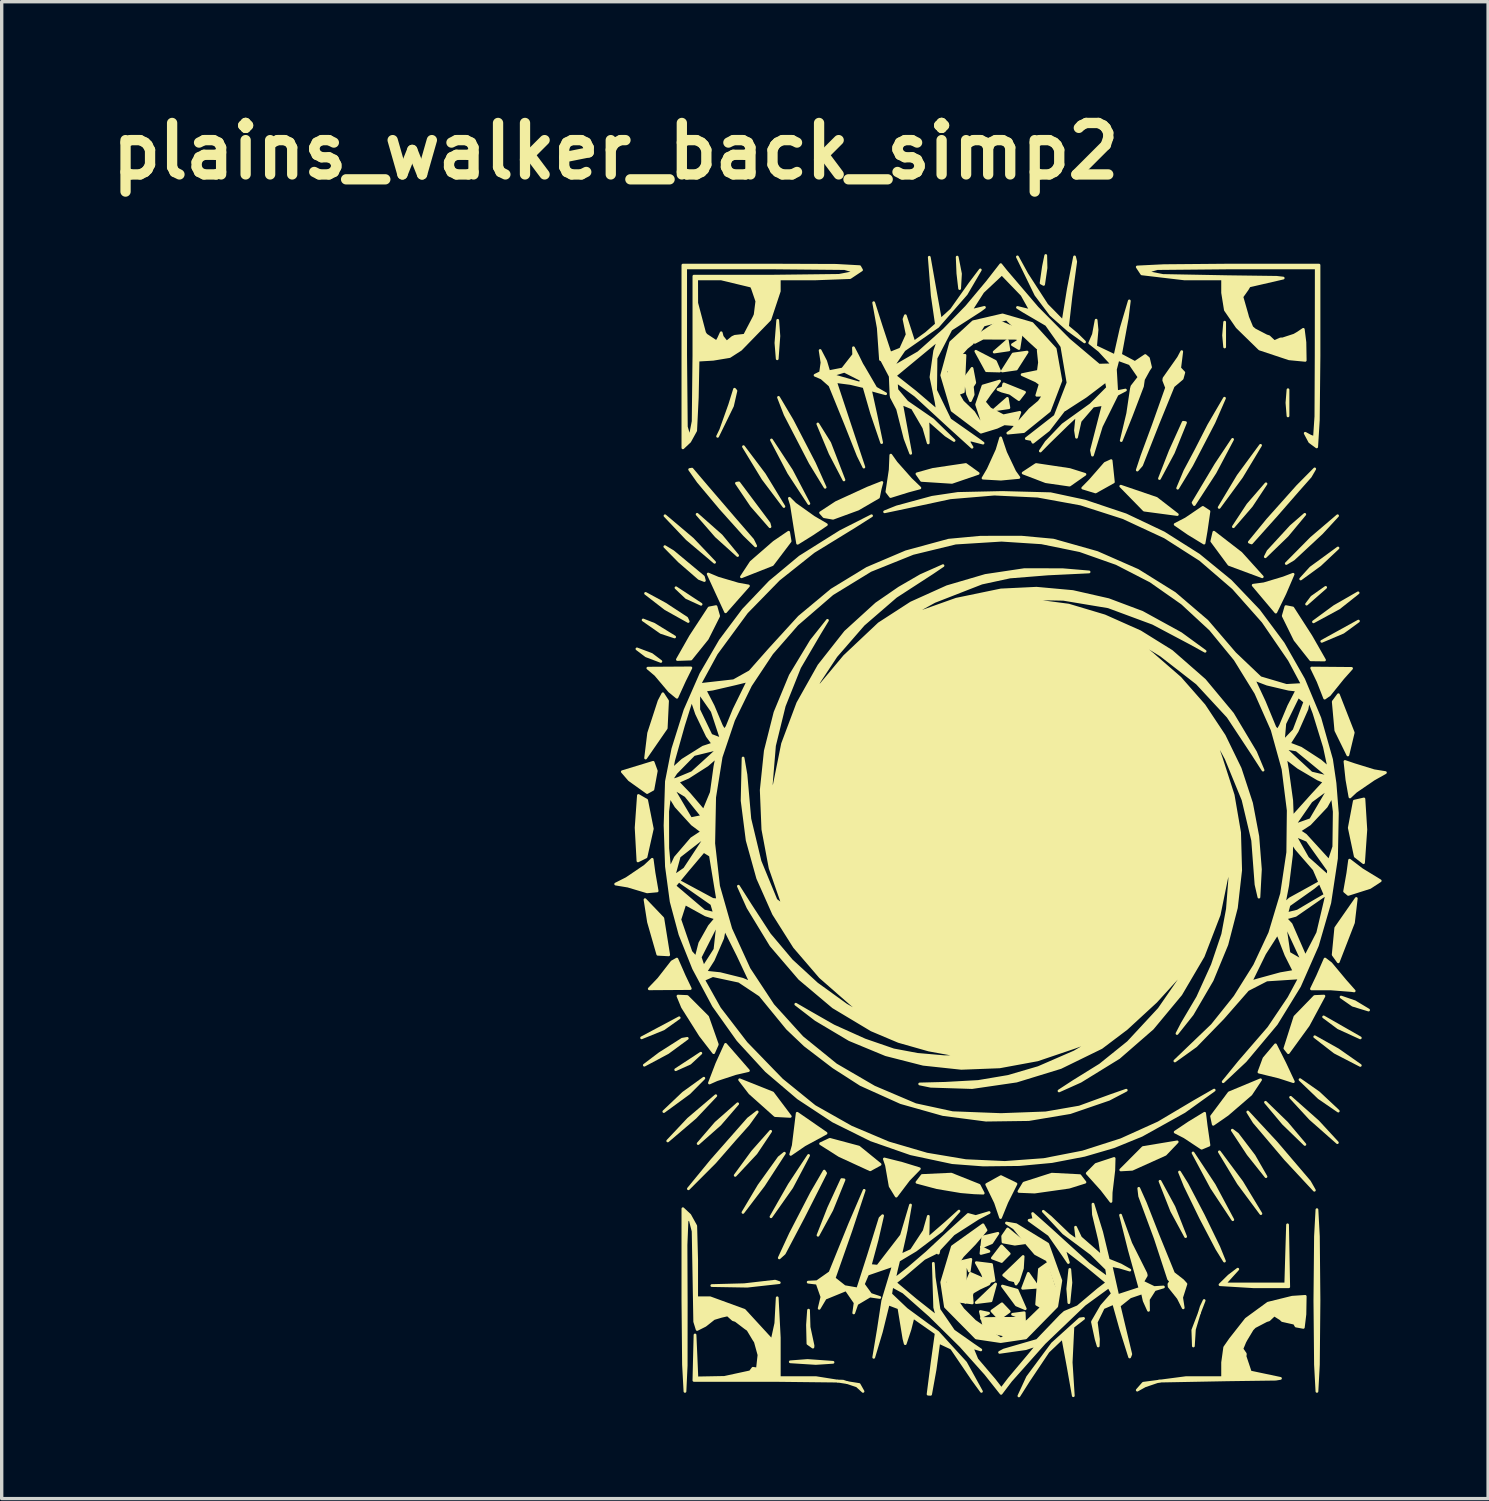
<source format=kicad_pcb>
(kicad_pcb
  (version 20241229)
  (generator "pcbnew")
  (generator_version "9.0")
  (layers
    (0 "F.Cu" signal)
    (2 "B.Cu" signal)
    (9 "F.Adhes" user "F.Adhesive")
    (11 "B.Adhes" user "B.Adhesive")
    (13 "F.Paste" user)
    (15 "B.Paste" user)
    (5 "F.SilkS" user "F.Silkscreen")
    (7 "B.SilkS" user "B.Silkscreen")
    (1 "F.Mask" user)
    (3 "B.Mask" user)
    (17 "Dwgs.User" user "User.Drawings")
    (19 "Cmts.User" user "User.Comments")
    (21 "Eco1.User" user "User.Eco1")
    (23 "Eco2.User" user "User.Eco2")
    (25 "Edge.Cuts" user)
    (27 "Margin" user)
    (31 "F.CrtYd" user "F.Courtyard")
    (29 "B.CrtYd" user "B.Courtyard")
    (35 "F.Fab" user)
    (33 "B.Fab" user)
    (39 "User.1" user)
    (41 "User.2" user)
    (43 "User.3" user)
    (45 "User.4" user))
  (footprint "plains_walker_back_simp2"
    (layer "F.Cu")
    (at 15.182 4.516)
    (property "Reference" "plains_walker_back_simp2" (at 0 -3.09 0) (layer "F.SilkS") (effects (font (size 1.524 1.524) (thickness 0.305))))
    (attr exclude_from_pos_files exclude_from_bom)
    (fp_poly (pts (xy 11.207 20.122) (xy 10.917 19.092) (xy 10.472 18.258) (xy 9.871 17.618) (xy 9.167 17.164) (xy 8.978 16.911) (xy 9.091 15.587) (xy 9.239 14.722) (xy 9.362 15.36) (xy 9.517 16.261) (xy 9.733 16.528) (xy 9.952 16.016) (xy 10.18 14.567) (xy 10.278 13.899) (xy 10.363 14.108) (xy 10.514 15.382) (xy 10.79 16.313) (xy 10.961 16.283) (xy 11.09 15.307) (xy 11.201 14.413) (xy 11.288 13.59) (xy 11.357 12.818) (xy 11.511 14.18) (xy 11.745 15.986) (xy 11.955 16.313) (xy 12.219 15.564) (xy 12.33 14.452) (xy 12.415 13.908) (xy 12.502 14.089) (xy 12.697 15.508) (xy 12.974 16.503) (xy 13.331 15.666) (xy 13.512 14.784) (xy 13.651 15.587) (xy 13.752 16.92) (xy 13.428 17.243) (xy 12.561 17.911) (xy 11.881 18.963) (xy 11.485 20.252) (xy 11.368 20.969) (xy 11.207 20.122)) (stroke (width 0.091) (type solid)) (fill yes) (layer "F.Cu"))
    (fp_poly (pts (xy 15.782 16.93) (xy 15.698 17.785) (xy 15.448 18.607) (xy 15.043 19.365) (xy 14.497 20.03) (xy 13.832 20.575) (xy 13.073 20.98) (xy 12.25 21.229) (xy 11.394 21.314) (xy 10.538 21.229) (xy 9.715 20.98) (xy 8.956 20.575) (xy 8.291 20.03) (xy 7.745 19.365) (xy 7.34 18.607) (xy 7.09 17.785) (xy 7.006 16.93) (xy 7.09 16.074) (xy 7.34 15.252) (xy 7.745 14.494) (xy 8.291 13.829) (xy 8.956 13.284) (xy 9.715 12.879) (xy 10.538 12.63) (xy 11.394 12.545) (xy 12.25 12.63) (xy 13.073 12.879) (xy 13.832 13.284) (xy 14.497 13.829) (xy 15.043 14.494) (xy 15.448 15.252) (xy 15.698 16.074) (xy 15.782 16.93)) (stroke (width 0.075) (type solid)) (fill yes) (layer "F.Mask"))
    (fp_poly (pts (xy 0.768 23.167) (xy 1.881 22.574) (xy 1.417 22.904) (xy 0.768 23.167)) (stroke (width 0.082) (type solid)) (fill yes) (layer "F.SilkS"))
    (fp_poly (pts (xy 2.094 10.131) (xy 1.786 9.84) (xy 2.529 10.329) (xy 2.094 10.131)) (stroke (width 0.082) (type solid)) (fill yes) (layer "F.SilkS"))
    (fp_poly (pts (xy 11.209 4.571) (xy 11.598 4.231) (xy 11.644 4.507) (xy 11.209 4.571)) (stroke (width 0.082) (type solid)) (fill yes) (layer "F.SilkS"))
    (fp_poly (pts (xy 19.879 4.363) (xy 19.91 3.975) (xy 19.91 4.75) (xy 19.879 4.363)) (stroke (width 0.082) (type solid)) (fill yes) (layer "F.SilkS"))
    (fp_poly (pts (xy 20.618 10.116) (xy 21.025 9.829) (xy 20.461 10.324) (xy 20.618 10.116)) (stroke (width 0.082) (type solid)) (fill yes) (layer "F.SilkS"))
    (fp_poly (pts (xy 20.91 11.426) (xy 21.996 10.827) (xy 21.544 11.157) (xy 20.91 11.426)) (stroke (width 0.082) (type solid)) (fill yes) (layer "F.SilkS"))
    (fp_poly (pts (xy 21.399 22.871) (xy 20.965 22.548) (xy 22.051 23.169) (xy 21.399 22.871)) (stroke (width 0.082) (type solid)) (fill yes) (layer "F.SilkS"))
    (fp_poly (pts (xy 0.903 11.856) (xy 0.63 11.65) (xy 1.065 11.815) (xy 1.338 12.021) (xy 0.903 11.856)) (stroke (width 0.082) (type solid)) (fill yes) (layer "F.SilkS"))
    (fp_poly (pts (xy 1.343 11.164) (xy 0.813 10.794) (xy 1.139 10.922) (xy 1.746 11.296) (xy 1.343 11.164)) (stroke (width 0.082) (type solid)) (fill yes) (layer "F.SilkS"))
    (fp_poly (pts (xy 1.426 25.351) (xy 2.003 24.803) (xy 2.611 24.364) (xy 2.177 24.802) (xy 1.426 25.351)) (stroke (width 0.082) (type solid)) (fill yes) (layer "F.SilkS"))
    (fp_poly (pts (xy 2.113 8.395) (xy 1.461 7.708) (xy 2.276 8.397) (xy 2.929 9.085) (xy 2.113 8.395)) (stroke (width 0.082) (type solid)) (fill yes) (layer "F.SilkS"))
    (fp_poly (pts (xy 2.152 25.573) (xy 2.965 24.882) (xy 2.358 25.525) (xy 1.542 26.221) (xy 2.152 25.573)) (stroke (width 0.082) (type solid)) (fill yes) (layer "F.SilkS"))
    (fp_poly (pts (xy 2.967 25.69) (xy 3.613 25.121) (xy 3.088 25.73) (xy 2.443 26.299) (xy 2.967 25.69)) (stroke (width 0.082) (type solid)) (fill yes) (layer "F.SilkS"))
    (fp_poly (pts (xy 3.54 27.241) (xy 4.051 26.543) (xy 4.589 25.935) (xy 4.155 26.584) (xy 3.54 27.241)) (stroke (width 0.082) (type solid)) (fill yes) (layer "F.SilkS"))
    (fp_poly (pts (xy 4.364 6.612) (xy 3.785 5.661) (xy 4.403 6.482) (xy 4.982 7.433) (xy 4.364 6.612)) (stroke (width 0.082) (type solid)) (fill yes) (layer "F.SilkS"))
    (fp_poly (pts (xy 4.6 28.467) (xy 5.144 27.513) (xy 5.713 26.651) (xy 5.214 27.595) (xy 4.6 28.467)) (stroke (width 0.082) (type solid)) (fill yes) (layer "F.SilkS"))
    (fp_poly (pts (xy 5.129 6.443) (xy 4.614 5.463) (xy 5.206 6.366) (xy 5.721 7.346) (xy 5.129 6.443)) (stroke (width 0.082) (type solid)) (fill yes) (layer "F.SilkS"))
    (fp_poly (pts (xy 6.351 5.861) (xy 5.987 4.989) (xy 6.338 5.552) (xy 6.76 6.646) (xy 6.351 5.861)) (stroke (width 0.082) (type solid)) (fill yes) (layer "F.SilkS"))
    (fp_poly (pts (xy 10.134 0.53) (xy 10.114 0.048) (xy 10.211 0.541) (xy 10.186 0.979) (xy 10.134 0.53)) (stroke (width 0.082) (type solid)) (fill yes) (layer "F.SilkS"))
    (fp_poly (pts (xy 10.98 3.411) (xy 10.666 2.837) (xy 11.245 3.137) (xy 11.369 3.421) (xy 10.98 3.411)) (stroke (width 0.082) (type solid)) (fill yes) (layer "F.SilkS"))
    (fp_poly (pts (xy 11.142 31.257) (xy 11.439 31.045) (xy 11.654 31.273) (xy 11.357 31.486) (xy 11.142 31.257)) (stroke (width 0.082) (type solid)) (fill yes) (layer "F.SilkS"))
    (fp_poly (pts (xy 11.867 31.078) (xy 11.453 30.519) (xy 11.888 30.641) (xy 12.129 31.189) (xy 11.867 31.078)) (stroke (width 0.082) (type solid)) (fill yes) (layer "F.SilkS"))
    (fp_poly (pts (xy 15.65 7.54) (xy 14.958 6.832) (xy 16.017 7.194) (xy 16.633 7.671) (xy 15.65 7.54)) (stroke (width 0.082) (type solid)) (fill yes) (layer "F.SilkS"))
    (fp_poly (pts (xy 16.466 28.294) (xy 16.12 27.416) (xy 16.532 28.176) (xy 16.878 29.054) (xy 16.466 28.294)) (stroke (width 0.082) (type solid)) (fill yes) (layer "F.SilkS"))
    (fp_poly (pts (xy 17.648 27.604) (xy 17.098 26.577) (xy 17.725 27.526) (xy 18.275 28.553) (xy 17.648 27.604)) (stroke (width 0.082) (type solid)) (fill yes) (layer "F.SilkS"))
    (fp_poly (pts (xy 18.003 2.365) (xy 18.034 1.975) (xy 18.034 2.709) (xy 18.003 2.365) (xy 18.003 2.365)) (stroke (width 0.082) (type solid)) (fill yes) (layer "F.SilkS"))
    (fp_poly (pts (xy 18.435 6.523) (xy 19.097 5.622) (xy 18.533 6.558) (xy 17.872 7.46) (xy 18.435 6.523)) (stroke (width 0.082) (type solid)) (fill yes) (layer "F.SilkS"))
    (fp_poly (pts (xy 18.44 27.474) (xy 17.878 26.544) (xy 18.543 27.44) (xy 19.107 28.373) (xy 18.44 27.474)) (stroke (width 0.082) (type solid)) (fill yes) (layer "F.SilkS"))
    (fp_poly (pts (xy 18.723 7.379) (xy 19.258 6.761) (xy 18.825 7.415) (xy 18.293 8.032) (xy 18.723 7.379)) (stroke (width 0.082) (type solid)) (fill yes) (layer "F.SilkS"))
    (fp_poly (pts (xy 19.774 25.709) (xy 19.244 25.077) (xy 19.876 25.69) (xy 20.41 26.325) (xy 19.774 25.709)) (stroke (width 0.082) (type solid)) (fill yes) (layer "F.SilkS"))
    (fp_poly (pts (xy 20.571 25.564) (xy 19.987 24.93) (xy 20.798 25.648) (xy 21.372 26.271) (xy 20.571 25.564)) (stroke (width 0.082) (type solid)) (fill yes) (layer "F.SilkS"))
    (fp_poly (pts (xy 20.584 9.251) (xy 21.39 8.662) (xy 20.856 9.164) (xy 20.286 9.579) (xy 20.584 9.251)) (stroke (width 0.082) (type solid)) (fill yes) (layer "F.SilkS"))
    (fp_poly (pts (xy 20.665 10.848) (xy 21.285 10.393) (xy 21.986 9.99) (xy 21.421 10.438) (xy 20.665 10.848)) (stroke (width 0.082) (type solid)) (fill yes) (layer "F.SilkS"))
    (fp_poly (pts (xy 20.828 24.945) (xy 20.266 24.406) (xy 20.817 24.792) (xy 21.399 25.337) (xy 20.828 24.945)) (stroke (width 0.082) (type solid)) (fill yes) (layer "F.SilkS"))
    (fp_poly (pts (xy 21.296 23.595) (xy 20.702 23.136) (xy 21.391 23.522) (xy 22.051 23.985) (xy 21.296 23.595)) (stroke (width 0.082) (type solid)) (fill yes) (layer "F.SilkS"))
    (fp_poly (pts (xy 21.827 22.201) (xy 21.481 21.96) (xy 21.888 22.099) (xy 22.296 22.345) (xy 21.827 22.201)) (stroke (width 0.082) (type solid)) (fill yes) (layer "F.SilkS"))
    (fp_poly (pts (xy 0.849 23.978) (xy 1.307 23.632) (xy 1.97 23.21) (xy 2.12 23.184) (xy 1.546 23.606) (xy 0.849 23.978)) (stroke (width 0.082) (type solid)) (fill yes) (layer "F.SilkS"))
    (fp_poly (pts (xy 1.476 10.463) (xy 0.886 10.007) (xy 1.471 10.325) (xy 2.103 10.739) (xy 2.148 10.838) (xy 1.476 10.463)) (stroke (width 0.082) (type solid)) (fill yes) (layer "F.SilkS"))
    (fp_poly (pts (xy 2.975 8.312) (xy 2.412 7.665) (xy 3.128 8.298) (xy 3.611 8.885) (xy 2.975 8.312) (xy 2.975 8.312)) (stroke (width 0.082) (type solid)) (fill yes) (layer "F.SilkS"))
    (fp_poly (pts (xy 3.808 30.479) (xy 4.721 30.374) (xy 4.845 30.417) (xy 3.897 30.522) (xy 2.847 30.504) (xy 3.808 30.479)) (stroke (width 0.082) (type solid)) (fill yes) (layer "F.SilkS"))
    (fp_poly (pts (xy 4.243 27.543) (xy 4.838 26.714) (xy 4.997 26.585) (xy 4.381 27.534) (xy 3.77 28.338) (xy 4.243 27.543)) (stroke (width 0.082) (type solid)) (fill yes) (layer "F.SilkS"))
    (fp_poly (pts (xy 4.746 2.589) (xy 4.799 1.92) (xy 4.833 2.385) (xy 4.784 3.058) (xy 4.746 2.589) (xy 4.746 2.589)) (stroke (width 0.082) (type solid)) (fill yes) (layer "F.SilkS"))
    (fp_poly (pts (xy 5.171 32.762) (xy 5.681 32.723) (xy 6.436 32.777) (xy 5.925 32.81) (xy 5.171 32.762) (xy 5.171 32.762)) (stroke (width 0.082) (type solid)) (fill yes) (layer "F.SilkS"))
    (fp_poly (pts (xy 8.744 13.275) (xy 9.083 13.026) (xy 8.8 12.848) (xy 8.316 13.359) (xy 8.744 13.275) (xy 8.744 13.275)) (stroke (width 0.082) (type solid)) (fill yes) (layer "F.SilkS"))
    (fp_poly (pts (xy 11.45 3.42) (xy 11.769 2.918) (xy 12.184 2.86) (xy 11.865 3.361) (xy 11.45 3.42) (xy 11.45 3.42)) (stroke (width 0.082) (type solid)) (fill yes) (layer "F.SilkS"))
    (fp_poly (pts (xy 13.388 30.601) (xy 13.448 30.027) (xy 13.481 30.417) (xy 13.421 31.009) (xy 13.388 30.601) (xy 13.388 30.601)) (stroke (width 0.082) (type solid)) (fill yes) (layer "F.SilkS"))
    (fp_poly (pts (xy 16.629 15.411) (xy 16.955 15.129) (xy 16.527 15.128) (xy 16.15 15.514) (xy 16.629 15.411) (xy 16.629 15.411)) (stroke (width 0.082) (type solid)) (fill yes) (layer "F.SilkS"))
    (fp_poly (pts (xy 17.092 31.821) (xy 17.427 30.947) (xy 17.341 31.131) (xy 17.138 31.804) (xy 17.108 32.293) (xy 17.092 31.821)) (stroke (width 0.082) (type solid)) (fill yes) (layer "F.SilkS"))
    (fp_poly (pts (xy 18.728 26.612) (xy 18.261 25.903) (xy 18.415 26.019) (xy 18.903 26.66) (xy 19.258 27.278) (xy 18.728 26.612)) (stroke (width 0.082) (type solid)) (fill yes) (layer "F.SilkS"))
    (fp_poly (pts (xy 19.859 9.121) (xy 20.602 8.37) (xy 21.378 7.707) (xy 20.908 8.217) (xy 20.073 8.993) (xy 19.859 9.121)) (stroke (width 0.082) (type solid)) (fill yes) (layer "F.SilkS"))
    (fp_poly (pts (xy 21.683 14.791) (xy 21.327 14.066) (xy 21.25 13.213) (xy 21.403 13.007) (xy 21.842 14.129) (xy 21.683 14.791)) (stroke (width 0.082) (type solid)) (fill yes) (layer "F.SilkS"))
    (fp_poly (pts (xy 1.247 20.693) (xy 0.973 19.738) (xy 0.869 19.076) (xy 1.396 19.627) (xy 1.57 20.71) (xy 1.247 20.693) (xy 1.247 20.693)) (stroke (width 0.082) (type solid)) (fill yes) (layer "F.SilkS"))
    (fp_poly (pts (xy 4.721 25.47) (xy 3.975 24.804) (xy 3.671 24.41) (xy 4.649 24.8) (xy 5.171 25.494) (xy 4.721 25.47) (xy 4.721 25.47)) (stroke (width 0.082) (type solid)) (fill yes) (layer "F.SilkS"))
    (fp_poly (pts (xy 5.761 6.141) (xy 5.02 4.711) (xy 4.823 4.202) (xy 5.226 4.882) (xy 5.884 6.153) (xy 6.203 6.864) (xy 5.761 6.141)) (stroke (width 0.082) (type solid)) (fill yes) (layer "F.SilkS"))
    (fp_poly (pts (xy 5.992 29.014) (xy 6.308 28.206) (xy 6.695 27.366) (xy 6.762 27.373) (xy 6.4 28.264) (xy 5.992 29.014) (xy 5.992 29.014)) (stroke (width 0.082) (type solid)) (fill yes) (layer "F.SilkS"))
    (fp_poly (pts (xy 7.536 27.075) (xy 6.625 26.656) (xy 6.068 26.302) (xy 6.342 26.174) (xy 7.202 26.404) (xy 7.83 26.915) (xy 7.536 27.075)) (stroke (width 0.082) (type solid)) (fill yes) (layer "F.SilkS"))
    (fp_poly (pts (xy 11.248 28.045) (xy 10.988 27.511) (xy 11.409 27.278) (xy 11.854 27.494) (xy 11.583 28.034) (xy 11.398 28.489) (xy 11.248 28.045)) (stroke (width 0.082) (type solid)) (fill yes) (layer "F.SilkS"))
    (fp_poly (pts (xy 12.467 31.059) (xy 12.549 30.019) (xy 12.762 29.868) (xy 12.987 30.556) (xy 12.575 31.119) (xy 12.467 31.059) (xy 12.467 31.059)) (stroke (width 0.082) (type solid)) (fill yes) (layer "F.SilkS"))
    (fp_poly (pts (xy 12.598 0.815) (xy 12.669 0.326) (xy 12.736 0) (xy 12.744 0.367) (xy 12.673 0.856) (xy 12.598 0.815) (xy 12.598 0.815)) (stroke (width 0.082) (type solid)) (fill yes) (layer "F.SilkS"))
    (fp_poly (pts (xy 12.737 6.698) (xy 12.067 6.442) (xy 12.449 6.19) (xy 13.445 6.339) (xy 13.897 6.481) (xy 13.442 6.8) (xy 12.737 6.698)) (stroke (width 0.082) (type solid)) (fill yes) (layer "F.SilkS"))
    (fp_poly (pts (xy 14.957 27.079) (xy 15.617 26.417) (xy 16.629 26.249) (xy 16.278 26.617) (xy 15.296 27.06) (xy 14.957 27.079) (xy 14.957 27.079)) (stroke (width 0.082) (type solid)) (fill yes) (layer "F.SilkS"))
    (fp_poly (pts (xy 15.22 12.876) (xy 14.988 12.151) (xy 14.814 12.661) (xy 14.641 13.17) (xy 15.021 13.461) (xy 15.427 13.676) (xy 15.22 12.876)) (stroke (width 0.082) (type solid)) (fill yes) (layer "F.SilkS"))
    (fp_poly (pts (xy 16.104 6.605) (xy 16.423 5.789) (xy 16.807 4.94) (xy 16.875 4.949) (xy 16.514 5.839) (xy 16.104 6.605) (xy 16.104 6.605)) (stroke (width 0.082) (type solid)) (fill yes) (layer "F.SilkS"))
    (fp_poly (pts (xy 16.465 19.331) (xy 17.036 18.919) (xy 16.597 18.894) (xy 15.863 19.286) (xy 15.712 19.756) (xy 16.465 19.331) (xy 16.465 19.331)) (stroke (width 0.082) (type solid)) (fill yes) (layer "F.SilkS"))
    (fp_poly (pts (xy 17.1 7.319) (xy 17.772 6.194) (xy 18.269 5.446) (xy 17.749 6.428) (xy 17.133 7.376) (xy 17.1 7.319) (xy 17.1 7.319)) (stroke (width 0.082) (type solid)) (fill yes) (layer "F.SilkS"))
    (fp_poly (pts (xy 18.163 9.149) (xy 17.654 8.461) (xy 17.715 8.195) (xy 18.519 8.817) (xy 19.148 9.514) (xy 18.163 9.149) (xy 18.163 9.149)) (stroke (width 0.082) (type solid)) (fill yes) (layer "F.SilkS"))
    (fp_poly (pts (xy 19.32 8.759) (xy 20 8.02) (xy 20.407 7.666) (xy 19.889 8.29) (xy 19.238 8.921) (xy 19.32 8.759) (xy 19.32 8.759)) (stroke (width 0.082) (type solid)) (fill yes) (layer "F.SilkS"))
    (fp_poly (pts (xy 19.646 24.328) (xy 19.05 24.182) (xy 19.2 23.777) (xy 19.539 23.375) (xy 19.812 23.917) (xy 20.069 24.465) (xy 19.646 24.328)) (stroke (width 0.082) (type solid)) (fill yes) (layer "F.SilkS"))
    (fp_poly (pts (xy 19.835 26.761) (xy 18.907 25.666) (xy 18.719 25.364) (xy 19.564 26.275) (xy 20.546 27.426) (xy 20.691 27.681) (xy 19.835 26.761)) (stroke (width 0.082) (type solid)) (fill yes) (layer "F.SilkS"))
    (fp_poly (pts (xy 21.248 20.708) (xy 21.325 19.913) (xy 21.932 19.041) (xy 21.848 19.758) (xy 21.399 20.917) (xy 21.248 20.708) (xy 21.248 20.708)) (stroke (width 0.082) (type solid)) (fill yes) (layer "F.SilkS"))
    (fp_poly (pts (xy 0.66 17.928) (xy 0.606 16.948) (xy 0.674 15.991) (xy 0.917 16.132) (xy 1.085 16.977) (xy 0.898 17.811) (xy 0.66 17.928) (xy 0.66 17.928)) (stroke (width 0.082) (type solid)) (fill yes) (layer "F.SilkS"))
    (fp_poly (pts (xy 0.932 15.904) (xy 0.405 15.528) (xy 0.197 15.287) (xy 1.11 15.009) (xy 1.203 15.263) (xy 1.103 15.809) (xy 0.932 15.904) (xy 0.932 15.904)) (stroke (width 0.082) (type solid)) (fill yes) (layer "F.SilkS"))
    (fp_poly (pts (xy 0.977 14.144) (xy 1.286 13.193) (xy 1.398 12.979) (xy 1.536 13.19) (xy 1.497 13.998) (xy 0.887 14.882) (xy 0.977 14.144) (xy 0.977 14.144)) (stroke (width 0.082) (type solid)) (fill yes) (layer "F.SilkS"))
    (fp_poly (pts (xy 2.154 27.638) (xy 2.841 26.8) (xy 3.927 25.566) (xy 4.191 25.361) (xy 3.927 25.728) (xy 3.528 26.175) (xy 2.94 26.85) (xy 2.154 27.638)) (stroke (width 0.082) (type solid)) (fill yes) (layer "F.SilkS"))
    (fp_poly (pts (xy 2.469 9.564) (xy 1.887 9.06) (xy 1.456 8.622) (xy 1.7 8.769) (xy 2.597 9.515) (xy 2.627 9.625) (xy 2.469 9.564) (xy 2.469 9.564)) (stroke (width 0.082) (type solid)) (fill yes) (layer "F.SilkS"))
    (fp_poly (pts (xy 2.997 9.992) (xy 2.74 9.433) (xy 3.03 9.555) (xy 3.627 9.731) (xy 3.932 9.786) (xy 3.593 10.168) (xy 3.255 10.551) (xy 2.997 9.992)) (stroke (width 0.082) (type solid)) (fill yes) (layer "F.SilkS"))
    (fp_poly (pts (xy 3.112 5.164) (xy 3.377 4.42) (xy 3.52 3.961) (xy 3.561 4.009) (xy 3.459 4.454) (xy 3.019 5.355) (xy 3.112 5.164) (xy 3.112 5.164)) (stroke (width 0.082) (type solid)) (fill yes) (layer "F.SilkS"))
    (fp_poly (pts (xy 3.725 9.515) (xy 4.01 9.082) (xy 4.689 8.491) (xy 5.122 8.196) (xy 5.166 8.461) (xy 4.641 9.154) (xy 3.725 9.515) (xy 3.725 9.515)) (stroke (width 0.082) (type solid)) (fill yes) (layer "F.SilkS"))
    (fp_poly (pts (xy 4.027 7.411) (xy 3.577 6.745) (xy 3.648 6.734) (xy 4.07 7.298) (xy 4.543 7.93) (xy 4.57 8.032) (xy 4.027 7.411) (xy 4.027 7.411)) (stroke (width 0.082) (type solid)) (fill yes) (layer "F.SilkS"))
    (fp_poly (pts (xy 5.259 26.358) (xy 5.334 25.749) (xy 5.376 25.402) (xy 6.23 25.993) (xy 6.118 26.054) (xy 5.595 26.337) (xy 5.184 26.619) (xy 5.259 26.358)) (stroke (width 0.082) (type solid)) (fill yes) (layer "F.SilkS"))
    (fp_poly (pts (xy 5.694 32.222) (xy 5.681 31.672) (xy 5.712 31.233) (xy 5.727 31.736) (xy 5.844 32.28) (xy 5.841 32.327) (xy 5.694 32.222) (xy 5.694 32.222)) (stroke (width 0.082) (type solid)) (fill yes) (layer "F.SilkS"))
    (fp_poly (pts (xy 9.057 6.66) (xy 8.922 6.467) (xy 9.397 6.334) (xy 10.37 6.19) (xy 10.735 6.453) (xy 9.959 6.718) (xy 9.057 6.66) (xy 9.057 6.66)) (stroke (width 0.082) (type solid)) (fill yes) (layer "F.SilkS"))
    (fp_poly (pts (xy 10.421 4.107) (xy 10.343 3.629) (xy 10.553 3.343) (xy 10.634 3.768) (xy 10.562 3.879) (xy 10.586 4.121) (xy 10.506 4.299) (xy 10.421 4.107)) (stroke (width 0.082) (type solid)) (fill yes) (layer "F.SilkS"))
    (fp_poly (pts (xy 11.942 27.716) (xy 12.09 27.471) (xy 12.916 27.206) (xy 13.747 27.249) (xy 13.897 27.443) (xy 13.428 27.59) (xy 12.405 27.735) (xy 11.942 27.716)) (stroke (width 0.082) (type solid)) (fill yes) (layer "F.SilkS"))
    (fp_poly (pts (xy 14.211 7.002) (xy 13.832 6.886) (xy 14.05 6.664) (xy 14.493 6.157) (xy 14.672 6.075) (xy 14.739 6.707) (xy 14.211 7.002) (xy 14.211 7.002)) (stroke (width 0.082) (type solid)) (fill yes) (layer "F.SilkS"))
    (fp_poly (pts (xy 16.857 6.381) (xy 17.181 5.773) (xy 17.562 5.027) (xy 18.029 4.227) (xy 17.716 4.944) (xy 17.056 6.213) (xy 16.643 6.891) (xy 16.857 6.381)) (stroke (width 0.082) (type solid)) (fill yes) (layer "F.SilkS"))
    (fp_poly (pts (xy 17.648 25.491) (xy 18.167 24.797) (xy 19.097 24.41) (xy 18.811 24.839) (xy 18.117 25.437) (xy 17.697 25.728) (xy 17.648 25.491) (xy 17.648 25.491)) (stroke (width 0.082) (type solid)) (fill yes) (layer "F.SilkS"))
    (fp_poly (pts (xy 19.214 10.163) (xy 18.879 9.765) (xy 19.196 9.723) (xy 19.776 9.549) (xy 20.061 9.44) (xy 19.816 10.011) (xy 19.549 10.56) (xy 19.214 10.163)) (stroke (width 0.082) (type solid)) (fill yes) (layer "F.SilkS"))
    (fp_poly (pts (xy 19.818 23.479) (xy 20.115 22.546) (xy 20.699 21.944) (xy 20.974 21.932) (xy 20.511 22.793) (xy 19.92 23.607) (xy 19.818 23.479) (xy 19.818 23.479)) (stroke (width 0.082) (type solid)) (fill yes) (layer "F.SilkS"))
    (fp_poly (pts (xy 21.903 17.792) (xy 21.725 16.949) (xy 21.874 16.159) (xy 22.158 16.094) (xy 22.215 17.003) (xy 22.147 17.981) (xy 21.903 17.792) (xy 21.903 17.792)) (stroke (width 0.082) (type solid)) (fill yes) (layer "F.SilkS"))
    (fp_poly (pts (xy 1.279 21.418) (xy 1.669 20.917) (xy 1.812 20.836) (xy 2.03 21.333) (xy 2.209 21.708) (xy 1.602 21.712) (xy 0.995 21.716) (xy 1.279 21.419) (xy 1.279 21.418)) (stroke (width 0.082) (type solid)) (fill yes) (layer "F.SilkS"))
    (fp_poly (pts (xy 1.594 12.902) (xy 1.182 12.414) (xy 0.953 12.221) (xy 1.59 12.217) (xy 2.227 12.213) (xy 2.039 12.59) (xy 1.814 13.082) (xy 1.594 12.902) (xy 1.594 12.902)) (stroke (width 0.082) (type solid)) (fill yes) (layer "F.SilkS"))
    (fp_poly (pts (xy 1.828 11.964) (xy 2.22 11.274) (xy 2.767 10.438) (xy 2.971 10.398) (xy 3.05 10.677) (xy 2.713 11.348) (xy 2.229 11.95) (xy 1.828 11.964) (xy 1.828 11.964)) (stroke (width 0.082) (type solid)) (fill yes) (layer "F.SilkS"))
    (fp_poly (pts (xy 2.509 23.097) (xy 1.979 22.257) (xy 1.845 21.932) (xy 2.12 21.944) (xy 2.723 22.548) (xy 3.01 23.363) (xy 2.902 23.607) (xy 2.509 23.097) (xy 2.509 23.097)) (stroke (width 0.082) (type solid)) (fill yes) (layer "F.SilkS"))
    (fp_poly (pts (xy 8.129 27.561) (xy 8.021 26.943) (xy 7.957 26.755) (xy 8.489 26.889) (xy 8.993 27.044) (xy 8.676 27.371) (xy 8.309 27.855) (xy 8.129 27.561) (xy 8.129 27.561)) (stroke (width 0.082) (type solid)) (fill yes) (layer "F.SilkS"))
    (fp_poly (pts (xy 10.818 29.553) (xy 10.873 29.065) (xy 11.319 28.957) (xy 11.135 29.235) (xy 10.834 29.362) (xy 10.866 29.396) (xy 11.053 29.49) (xy 10.818 29.553) (xy 10.818 29.553)) (stroke (width 0.082) (type solid)) (fill yes) (layer "F.SilkS"))
    (fp_poly (pts (xy 11.825 30.365) (xy 11.66 30.327) (xy 11.491 30.196) (xy 12.066 29.643) (xy 12.045 29.993) (xy 11.927 30.356) (xy 11.857 30.458) (xy 11.825 30.365) (xy 11.825 30.365)) (stroke (width 0.082) (type solid)) (fill yes) (layer "F.SilkS"))
    (fp_poly (pts (xy 11.94 4.267) (xy 11.675 4.08) (xy 11.438 4.016) (xy 11.321 3.967) (xy 11.465 3.923) (xy 11.494 3.802) (xy 12.108 4.05) (xy 11.94 4.267) (xy 11.94 4.267)) (stroke (width 0.082) (type solid)) (fill yes) (layer "F.SilkS"))
    (fp_poly (pts (xy 14.395 27.658) (xy 13.965 27.18) (xy 14.224 26.917) (xy 14.761 26.74) (xy 14.751 27.091) (xy 14.673 27.747) (xy 14.667 28.012) (xy 14.395 27.658) (xy 14.395 27.658)) (stroke (width 0.082) (type solid)) (fill yes) (layer "F.SilkS"))
    (fp_poly (pts (xy 16.966 8.238) (xy 16.569 7.964) (xy 16.884 7.801) (xy 17.388 7.46) (xy 17.569 7.578) (xy 17.485 8.16) (xy 17.424 8.517) (xy 16.966 8.238) (xy 16.966 8.238)) (stroke (width 0.082) (type solid)) (fill yes) (layer "F.SilkS"))
    (fp_poly (pts (xy 17.323 28.499) (xy 16.865 27.557) (xy 16.697 27.142) (xy 16.92 27.501) (xy 17.402 28.421) (xy 17.86 29.364) (xy 18.028 29.779) (xy 17.805 29.419) (xy 17.323 28.499)) (stroke (width 0.082) (type solid)) (fill yes) (layer "F.SilkS"))
    (fp_poly (pts (xy 17.352 26.436) (xy 16.844 26.1) (xy 16.569 25.959) (xy 16.983 25.681) (xy 17.441 25.402) (xy 17.485 25.764) (xy 17.569 26.346) (xy 17.352 26.436) (xy 17.352 26.436)) (stroke (width 0.082) (type solid)) (fill yes) (layer "F.SilkS"))
    (fp_poly (pts (xy 18.765 8.488) (xy 19.308 7.825) (xy 20.194 6.832) (xy 20.701 6.32) (xy 20.571 6.544) (xy 20.192 6.972) (xy 19.57 7.686) (xy 18.83 8.512) (xy 18.765 8.488)) (stroke (width 0.082) (type solid)) (fill yes) (layer "F.SilkS"))
    (fp_poly (pts (xy 20.584 11.973) (xy 20.117 11.381) (xy 19.769 10.673) (xy 19.848 10.398) (xy 20.051 10.438) (xy 20.587 11.271) (xy 20.991 11.978) (xy 20.584 11.973) (xy 20.584 11.973)) (stroke (width 0.082) (type solid)) (fill yes) (layer "F.SilkS"))
    (fp_poly (pts (xy 20.706 30.947) (xy 20.724 29.047) (xy 20.767 28.256) (xy 20.81 29.047) (xy 20.828 30.947) (xy 20.81 32.848) (xy 20.767 33.638) (xy 20.724 32.848) (xy 20.706 30.947)) (stroke (width 0.082) (type solid)) (fill yes) (layer "F.SilkS"))
    (fp_poly (pts (xy 20.996 13.108) (xy 20.801 12.612) (xy 20.611 12.218) (xy 21.202 12.223) (xy 21.792 12.228) (xy 21.535 12.516) (xy 21.138 13.008) (xy 20.996 13.108) (xy 20.996 13.108)) (stroke (width 0.082) (type solid)) (fill yes) (layer "F.SilkS"))
    (fp_poly (pts (xy 21.587 18.829) (xy 21.682 18.291) (xy 21.734 17.907) (xy 22.095 18.183) (xy 22.641 18.517) (xy 22.337 18.716) (xy 21.695 18.92) (xy 21.587 18.829) (xy 21.587 18.829)) (stroke (width 0.082) (type solid)) (fill yes) (layer "F.SilkS"))
    (fp_poly (pts (xy 21.655 15.525) (xy 21.597 14.984) (xy 21.872 15.078) (xy 22.455 15.258) (xy 22.795 15.313) (xy 22.444 15.511) (xy 21.918 15.872) (xy 21.745 16.034) (xy 21.655 15.525)) (stroke (width 0.082) (type solid)) (fill yes) (layer "F.SilkS"))
    (fp_poly (pts (xy 0.931 18.844) (xy 0.363 18.674) (xy 0 18.614) (xy 0.323 18.451) (xy 0.863 18.085) (xy 1.081 17.881) (xy 1.135 18.278) (xy 1.228 18.817) (xy 0.931 18.844) (xy 0.931 18.844)) (stroke (width 0.082) (type solid)) (fill yes) (layer "F.SilkS"))
    (fp_poly (pts (xy 4.845 29.684) (xy 5.177 28.967) (xy 5.804 27.755) (xy 6.176 27.115) (xy 6.217 27.176) (xy 6.011 27.584) (xy 5.557 28.48) (xy 4.993 29.55) (xy 4.845 29.684) (xy 4.845 29.684)) (stroke (width 0.082) (type solid)) (fill yes) (layer "F.SilkS"))
    (fp_poly (pts (xy 5.311 8.053) (xy 5.206 7.388) (xy 5.145 7.191) (xy 5.313 7.359) (xy 5.86 7.749) (xy 6.24 7.971) (xy 5.831 8.246) (xy 5.388 8.522) (xy 5.311 8.053) (xy 5.311 8.053)) (stroke (width 0.082) (type solid)) (fill yes) (layer "F.SilkS"))
    (fp_poly (pts (xy 8.032 6.996) (xy 8.13 6.348) (xy 8.148 5.913) (xy 8.307 6.137) (xy 8.737 6.622) (xy 9.008 6.883) (xy 8.669 6.974) (xy 8.141 7.138) (xy 8.032 6.996) (xy 8.032 6.996)) (stroke (width 0.082) (type solid)) (fill yes) (layer "F.SilkS"))
    (fp_poly (pts (xy 10.227 27.724) (xy 9.513 27.604) (xy 8.922 27.446) (xy 9.076 27.245) (xy 9.937 27.205) (xy 10.764 27.535) (xy 10.884 27.767) (xy 10.616 27.757) (xy 10.227 27.724) (xy 10.227 27.724)) (stroke (width 0.082) (type solid)) (fill yes) (layer "F.SilkS"))
    (fp_poly (pts (xy 10.879 6.593) (xy 11.033 6.332) (xy 11.294 5.759) (xy 11.401 5.402) (xy 11.547 5.834) (xy 11.817 6.401) (xy 11.94 6.573) (xy 11.409 6.623) (xy 10.879 6.593) (xy 10.879 6.593)) (stroke (width 0.082) (type solid)) (fill yes) (layer "F.SilkS"))
    (fp_poly (pts (xy 16.933 14.577) (xy 16.397 13.614) (xy 15.731 12.787) (xy 15.166 12.281) (xy 15.387 13.113) (xy 15.65 13.904) (xy 16.302 14.388) (xy 17.015 14.877) (xy 16.933 14.577) (xy 16.933 14.577)) (stroke (width 0.082) (type solid)) (fill yes) (layer "F.SilkS"))
    (fp_poly (pts (xy 21.786 21.766) (xy 21.172 21.718) (xy 20.605 21.718) (xy 20.787 21.338) (xy 21.007 20.835) (xy 21.178 20.966) (xy 21.607 21.481) (xy 21.87 21.778) (xy 21.786 21.766) (xy 21.786 21.766)) (stroke (width 0.082) (type solid)) (fill yes) (layer "F.SilkS"))
    (fp_poly (pts (xy 3.108 7.49) (xy 2.442 6.695) (xy 2.191 6.338) (xy 2.26 6.327) (xy 2.7 6.845) (xy 3.515 7.794) (xy 4.057 8.42) (xy 4.146 8.601) (xy 3.81 8.274) (xy 3.108 7.49) (xy 3.108 7.49)) (stroke (width 0.082) (type solid)) (fill yes) (layer "F.SilkS"))
    (fp_poly (pts (xy 6.17 7.734) (xy 6.068 7.619) (xy 6.529 7.316) (xy 7.465 6.887) (xy 7.883 6.722) (xy 7.833 6.908) (xy 7.782 7.159) (xy 7.18 7.509) (xy 6.437 7.781) (xy 6.17 7.734) (xy 6.17 7.734)) (stroke (width 0.082) (type solid)) (fill yes) (layer "F.SilkS"))
    (fp_poly (pts (xy 11.75 2.641) (xy 11.927 2.529) (xy 11.899 2.451) (xy 10.876 2.448) (xy 10.637 2.572) (xy 10.733 2.36) (xy 11.344 1.953) (xy 12.022 2.244) (xy 11.941 2.755) (xy 11.75 2.641) (xy 11.75 2.641)) (stroke (width 0.082) (type solid)) (fill yes) (layer "F.SilkS"))
    (fp_poly (pts (xy 12.882 22.787) (xy 14.078 22.351) (xy 14.747 21.923) (xy 14.573 21.6) (xy 13.624 21.496) (xy 13.244 21.83) (xy 13.156 21.896) (xy 12.393 22.387) (xy 11.695 22.924) (xy 12.882 22.787) (xy 12.882 22.787)) (stroke (width 0.082) (type solid)) (fill yes) (layer "F.SilkS"))
    (fp_poly (pts (xy 14.129 3.914) (xy 14.541 3.547) (xy 13.892 2.995) (xy 13.244 2.515) (xy 13.375 2.862) (xy 13.47 3.562) (xy 13.361 4.359) (xy 13.298 4.56) (xy 13.507 4.4) (xy 14.129 3.914) (xy 14.129 3.914)) (stroke (width 0.082) (type solid)) (fill yes) (layer "F.SilkS"))
    (fp_poly (pts (xy 10.941 31.846) (xy 10.8 31.272) (xy 11.043 31.324) (xy 10.859 31.409) (xy 10.834 31.481) (xy 11.985 31.473) (xy 11.965 31.432) (xy 11.753 31.355) (xy 12.098 31.309) (xy 12.108 31.59) (xy 11.578 31.983) (xy 10.941 31.846) (xy 10.941 31.846)) (stroke (width 0.082) (type solid)) (fill yes) (layer "F.SilkS"))
    (fp_poly (pts (xy 11.941 33.772) (xy 12.198 33.216) (xy 12.935 32.224) (xy 13.745 31.492) (xy 13.856 31.478) (xy 13.54 31.723) (xy 13.489 32.78) (xy 13.552 33.766) (xy 13.407 32.944) (xy 13.24 32.045) (xy 12.805 32.458) (xy 12.216 33.337) (xy 11.941 33.772) (xy 11.941 33.772)) (stroke (width 0.082) (type solid)) (fill yes) (layer "F.SilkS"))
    (fp_poly (pts (xy 17.897 30.478) (xy 18.162 30.218) (xy 18.423 30.019) (xy 18.225 30.238) (xy 18.027 30.458) (xy 18.936 30.458) (xy 19.844 30.458) (xy 19.87 29.581) (xy 19.897 28.705) (xy 19.914 29.622) (xy 19.931 30.54) (xy 18.912 30.54) (xy 17.897 30.478) (xy 17.897 30.478)) (stroke (width 0.082) (type solid)) (fill yes) (layer "F.SilkS"))
    (fp_poly (pts (xy 6.426 16.228) (xy 6.562 15.82) (xy 6.295 15.598) (xy 5.966 15.374) (xy 5.905 15.29) (xy 6.244 15.453) (xy 6.599 15.678) (xy 6.704 15.392) (xy 6.794 15.127) (xy 6.37 15.128) (xy 5.816 15.248) (xy 5.96 16.007) (xy 6.241 16.691) (xy 6.426 16.228) (xy 6.426 16.228)) (stroke (width 0.082) (type solid)) (fill yes) (layer "F.SilkS"))
    (fp_poly (pts (xy 13.407 2.212) (xy 12.889 1.754) (xy 12.444 1.164) (xy 11.897 0.041) (xy 12.176 0.55) (xy 12.767 1.463) (xy 13.249 1.954) (xy 13.407 0.982) (xy 13.589 0.041) (xy 13.623 0.183) (xy 13.482 1.215) (xy 13.381 2.103) (xy 13.659 2.334) (xy 13.885 2.558) (xy 13.407 2.212)) (stroke (width 0.082) (type solid)) (fill yes) (layer "F.SilkS"))
    (fp_poly (pts (xy 15.447 6.354) (xy 15.587 5.93) (xy 15.925 5.015) (xy 16.315 3.915) (xy 16.231 3.698) (xy 16.239 3.637) (xy 16.669 3.026) (xy 16.763 2.847) (xy 16.702 3.336) (xy 16.824 3.466) (xy 16.775 3.644) (xy 16.512 3.867) (xy 16.051 4.998) (xy 15.573 6.209) (xy 15.447 6.354) (xy 15.447 6.354)) (stroke (width 0.082) (type solid)) (fill yes) (layer "F.SilkS"))
    (fp_poly (pts (xy 6.518 14.378) (xy 7.21 13.807) (xy 7.301 13.741) (xy 7.784 13.453) (xy 8.176 13.165) (xy 8.005 12.659) (xy 7.834 12.153) (xy 7.569 12.927) (xy 7.298 13.612) (xy 7.495 12.926) (xy 7.662 12.29) (xy 7.15 12.713) (xy 6.443 13.575) (xy 5.961 14.419) (xy 5.789 14.882) (xy 6.518 14.378) (xy 6.518 14.378)) (stroke (width 0.082) (type solid)) (fill yes) (layer "F.SilkS"))
    (fp_poly (pts (xy 8.464 21.357) (xy 8.627 21.089) (xy 7.88 20.541) (xy 7.302 20.183) (xy 7.21 20.118) (xy 6.535 19.555) (xy 5.795 19.041) (xy 5.947 19.493) (xy 6.445 20.353) (xy 7.159 21.219) (xy 7.663 21.632) (xy 7.494 20.995) (xy 7.313 20.321) (xy 7.572 20.982) (xy 8.017 21.639) (xy 8.464 21.357) (xy 8.464 21.357)) (stroke (width 0.082) (type solid)) (fill yes) (layer "F.SilkS"))
    (fp_poly (pts (xy 16.662 30.874) (xy 16.391 30.534) (xy 16.384 30.458) (xy 16.44 30.382) (xy 16.375 30.309) (xy 15.981 29.107) (xy 15.518 27.857) (xy 15.491 27.625) (xy 15.684 28.056) (xy 16.056 29.005) (xy 16.518 30.14) (xy 16.794 30.355) (xy 16.887 30.458) (xy 16.76 30.858) (xy 16.807 31.163) (xy 16.662 30.874) (xy 16.662 30.874)) (stroke (width 0.082) (type solid)) (fill yes) (layer "F.SilkS"))
    (fp_poly (pts (xy 7.08 15.56) (xy 7.108 15.113) (xy 7.147 15.047) (xy 7.445 14.737) (xy 7.936 14.025) (xy 8.219 13.309) (xy 7.704 13.615) (xy 7.089 14.468) (xy 6.906 14.932) (xy 6.997 14.48) (xy 7.023 14.122) (xy 6.321 14.614) (xy 5.718 15.046) (xy 6.351 15.046) (xy 6.905 15.147) (xy 6.744 15.852) (xy 7.08 15.56) (xy 7.08 15.56)) (stroke (width 0.082) (type solid)) (fill yes) (layer "F.SilkS"))
    (fp_poly (pts (xy 15.358 20.805) (xy 15.241 21.246) (xy 15.153 21.629) (xy 15.553 21.328) (xy 16.176 20.637) (xy 16.754 19.713) (xy 17.042 19.061) (xy 16.308 19.537) (xy 15.609 20.109) (xy 15.507 20.184) (xy 15.093 20.423) (xy 14.264 21.031) (xy 14.304 21.328) (xy 14.753 21.609) (xy 14.998 21.72) (xy 15.175 21.216) (xy 15.358 20.805) (xy 15.358 20.805)) (stroke (width 0.082) (type solid)) (fill yes) (layer "F.SilkS"))
    (fp_poly (pts (xy 15.885 14.862) (xy 15.849 14.679) (xy 15.93 14.862) (xy 16.558 15.046) (xy 17.104 15.046) (xy 16.422 14.559) (xy 15.713 14.099) (xy 15.772 14.352) (xy 15.821 14.616) (xy 15.681 14.31) (xy 15.158 13.65) (xy 14.644 13.333) (xy 14.549 13.257) (xy 13.897 12.884) (xy 13.735 12.992) (xy 14.478 13.449) (xy 14.531 13.505) (xy 14.854 14.022) (xy 15.373 14.735) (xy 15.726 15.046) (xy 15.885 14.862) (xy 15.885 14.862)) (stroke (width 0.082) (type solid)) (fill yes) (layer "F.SilkS"))
    (fp_poly (pts (xy 6.704 18.532) (xy 6.586 18.233) (xy 6.17 18.464) (xy 6.362 18.248) (xy 6.428 17.711) (xy 6.341 17.274) (xy 6.482 17.604) (xy 6.844 17.897) (xy 6.896 16.948) (xy 6.771 15.958) (xy 6.554 16.071) (xy 6.37 16.738) (xy 6.15 17.007) (xy 5.948 16.211) (xy 5.679 15.419) (xy 5.508 15.835) (xy 5.436 17.098) (xy 5.52 18.226) (xy 5.63 18.674) (xy 5.865 17.963) (xy 6.133 17.285) (xy 5.948 17.974) (xy 5.781 18.713) (xy 6.313 18.797) (xy 6.794 18.797) (xy 6.704 18.532)) (stroke (width 0.082) (type solid)) (fill yes) (layer "F.SilkS"))
    (fp_poly (pts (xy 10.676 32.055) (xy 9.766 31.133) (xy 9.656 30.405) (xy 9.971 29.352) (xy 10.878 28.705) (xy 10.967 28.865) (xy 10.628 29.263) (xy 10.274 29.629) (xy 9.738 30.417) (xy 10.285 31.209) (xy 10.634 31.558) (xy 11.409 32.089) (xy 12.198 31.553) (xy 12.564 31.198) (xy 13.062 30.538) (xy 12.78 29.745) (xy 12.429 29.559) (xy 12.167 29.253) (xy 11.8 28.801) (xy 11.573 28.652) (xy 11.857 28.701) (xy 12.795 29.275) (xy 13.183 30.357) (xy 13.061 31.118) (xy 12.144 32.053) (xy 11.4 32.163) (xy 10.676 32.055) (xy 10.676 32.055)) (stroke (width 0.082) (type solid)) (fill yes) (layer "F.SilkS"))
    (fp_poly (pts (xy 11.23 22.67) (xy 10.592 22.411) (xy 11.155 22.873) (xy 10.431 22.387) (xy 10.431 22.387) (xy 9.696 21.899) (xy 9.505 21.722) (xy 9.397 21.548) (xy 9.635 21.717) (xy 10.071 21.849) (xy 10.112 21.879) (xy 10.592 22.411) (xy 11.23 22.67) (xy 11.214 22.426) (xy 11.324 22.626) (xy 11.598 22.3) (xy 11.819 21.63) (xy 11.409 21.488) (xy 11.002 21.63) (xy 11.185 22.351) (xy 11.016 21.948) (xy 10.451 21.418) (xy 9.601 21.126) (xy 9.031 21.043) (xy 9.126 21.369) (xy 9.371 21.583) (xy 9.114 21.413) (xy 8.81 21.243) (xy 8.026 21.809) (xy 8.358 22.148) (xy 9.276 22.584) (xy 10.151 22.863) (xy 10.879 22.928) (xy 11.23 22.67) (xy 11.23 22.67)) (stroke (width 0.082) (type solid)) (fill yes) (layer "F.SilkS"))
    (fp_poly (pts (xy 15.446 33.601) (xy 15.625 33.397) (xy 16.889 33.231) (xy 17.974 33.231) (xy 17.974 32.782) (xy 18.036 32.334) (xy 18.203 32.094) (xy 18.671 31.499) (xy 19.317 31.027) (xy 20.033 30.85) (xy 20.42 30.824) (xy 20.411 31.354) (xy 20.364 31.742) (xy 20.148 31.702) (xy 20.101 31.62) (xy 19.741 31.539) (xy 19.693 31.492) (xy 19.503 31.372) (xy 19.346 31.52) (xy 19.272 31.542) (xy 18.924 31.724) (xy 18.85 31.8) (xy 18.672 32.096) (xy 18.631 32.171) (xy 18.545 32.379) (xy 18.647 32.527) (xy 18.638 32.602) (xy 18.767 32.987) (xy 18.792 33.064) (xy 19.687 33.253) (xy 19.545 33.276) (xy 18.117 33.295) (xy 16.089 33.333) (xy 15.672 33.475) (xy 15.446 33.601) (xy 15.446 33.601)) (stroke (width 0.082) (type solid)) (fill yes) (layer "F.SilkS"))
    (fp_poly (pts (xy 6.809 4.986) (xy 6.345 3.846) (xy 6.099 3.629) (xy 5.905 3.547) (xy 6.069 3.466) (xy 6.11 3.17) (xy 6.055 2.813) (xy 6.218 3.128) (xy 6.312 3.442) (xy 6.72 3.362) (xy 7.049 2.941) (xy 7.042 2.732) (xy 7.169 2.976) (xy 7.289 3.221) (xy 7.351 3.323) (xy 7.702 3.925) (xy 7.995 4.094) (xy 7.783 4.038) (xy 7.541 3.97) (xy 7.708 4.73) (xy 7.876 5.541) (xy 7.581 4.674) (xy 7.354 3.885) (xy 7.23 3.781) (xy 7.29 3.69) (xy 7.29 3.69) (xy 6.773 3.428) (xy 6.394 3.543) (xy 7.23 3.781) (xy 7.354 3.885) (xy 6.951 3.789) (xy 6.509 3.732) (xy 6.922 4.98) (xy 7.35 6.266) (xy 7.18 5.922) (xy 6.809 4.986) (xy 6.809 4.986)) (stroke (width 0.082) (type solid)) (fill yes) (layer "F.SilkS"))
    (fp_poly (pts (xy 20.555 5.518) (xy 20.42 5.265) (xy 20.581 5.353) (xy 20.694 5.391) (xy 20.736 4.769) (xy 20.744 2.956) (xy 20.747 0.367) (xy 18.168 0.367) (xy 16.04 0.387) (xy 15.691 0.489) (xy 16.205 0.592) (xy 18.127 0.628) (xy 19.572 0.647) (xy 19.768 0.669) (xy 18.762 0.901) (xy 18.702 1.002) (xy 18.545 1.223) (xy 18.697 1.754) (xy 18.716 1.828) (xy 18.84 2.128) (xy 18.924 2.2) (xy 19.272 2.381) (xy 19.346 2.404) (xy 19.503 2.552) (xy 19.688 2.472) (xy 19.755 2.47) (xy 20.094 2.359) (xy 20.209 2.292) (xy 20.363 2.187) (xy 20.411 2.572) (xy 20.42 3.105) (xy 19.942 3.059) (xy 19.069 2.769) (xy 18.403 2.118) (xy 18.056 1.614) (xy 17.974 1.104) (xy 17.974 0.693) (xy 16.845 0.693) (xy 15.581 0.544) (xy 15.446 0.34) (xy 16.237 0.301) (xy 18.137 0.285) (xy 20.828 0.285) (xy 20.828 2.976) (xy 20.808 4.877) (xy 20.759 5.668) (xy 20.555 5.518) (xy 20.555 5.518)) (stroke (width 0.082) (type solid)) (fill yes) (layer "F.SilkS"))
    (fp_poly (pts (xy 1.991 30.933) (xy 1.991 28.228) (xy 2.195 28.419) (xy 2.371 28.737) (xy 2.398 29.738) (xy 2.398 30.866) (xy 2.796 30.866) (xy 3.812 31.237) (xy 4.632 32.13) (xy 4.743 31.62) (xy 4.784 30.866) (xy 4.845 32.048) (xy 4.845 33.231) (xy 5.932 33.231) (xy 7.21 33.434) (xy 7.325 33.638) (xy 7.147 33.475) (xy 6.731 33.335) (xy 4.681 33.312) (xy 2.317 33.312) (xy 2.333 32.639) (xy 2.35 31.967) (xy 2.378 32.603) (xy 2.405 33.239) (xy 3.22 33.224) (xy 3.986 33.058) (xy 4.065 32.954) (xy 4.198 32.974) (xy 4.244 32.558) (xy 4.137 32.169) (xy 4.093 32.102) (xy 3.918 31.81) (xy 3.843 31.758) (xy 3.556 31.539) (xy 3.474 31.513) (xy 3.316 31.372) (xy 3.132 31.414) (xy 2.908 31.481) (xy 2.708 31.64) (xy 2.651 31.684) (xy 2.413 31.804) (xy 2.341 31.572) (xy 2.319 30.285) (xy 2.294 28.897) (xy 2.192 28.499) (xy 2.112 28.59) (xy 2.083 29.302) (xy 2.09 31.017) (xy 2.088 32.868) (xy 2.052 33.638) (xy 2.009 32.844) (xy 1.991 30.933) (xy 1.991 30.933)) (stroke (width 0.082) (type solid)) (fill yes) (layer "F.SilkS"))
    (fp_poly (pts (xy 1.991 2.991) (xy 2.072 2.946) (xy 2.093 5.074) (xy 2.195 5.423) (xy 2.295 4.91) (xy 2.317 2.966) (xy 2.317 0.612) (xy 4.672 0.612) (xy 6.615 0.589) (xy 7.128 0.489) (xy 6.779 0.387) (xy 4.651 0.367) (xy 2.072 0.367) (xy 2.072 2.946) (xy 1.991 2.991) (xy 1.991 0.285) (xy 4.692 0.285) (xy 6.525 0.292) (xy 7.226 0.331) (xy 7.281 0.428) (xy 6.942 0.654) (xy 5.925 0.692) (xy 4.845 0.693) (xy 4.845 1.056) (xy 4.567 1.893) (xy 3.819 2.362) (xy 4.099 1.826) (xy 4.131 1.754) (xy 4.172 1.426) (xy 4.181 1.354) (xy 4.051 0.974) (xy 4.02 0.908) (xy 3.126 0.693) (xy 2.398 0.693) (xy 2.4 1.407) (xy 2.633 2.289) (xy 2.677 2.353) (xy 2.99 2.559) (xy 3.051 2.451) (xy 3.051 2.451) (xy 3.125 2.288) (xy 3.156 2.405) (xy 3.286 2.569) (xy 3.46 2.426) (xy 3.531 2.394) (xy 3.819 2.362) (xy 4.567 1.893) (xy 3.703 2.781) (xy 3.375 2.992) (xy 2.886 3.073) (xy 2.439 3.099) (xy 2.417 4.208) (xy 2.369 5.187) (xy 2.192 5.507) (xy 1.991 5.696) (xy 1.991 2.991)) (stroke (width 0.082) (type solid)) (fill yes) (layer "F.SilkS"))
    (fp_poly (pts (xy 10.817 5.232) (xy 10.08 4.116) (xy 9.83 3.551) (xy 10.066 2.974) (xy 10.344 2.956) (xy 10.296 4.036) (xy 10.08 4.116) (xy 10.08 4.116) (xy 10.817 5.232) (xy 9.964 4.588) (xy 9.656 3.547) (xy 9.922 2.573) (xy 10.587 1.962) (xy 11.456 1.76) (xy 12.331 2.013) (xy 13.016 2.766) (xy 13.184 3.705) (xy 12.843 4.602) (xy 12.085 5.215) (xy 11.613 5.26) (xy 11.728 5.178) (xy 12.266 4.561) (xy 12.54 4.332) (xy 13.071 3.55) (xy 13.003 3.621) (xy 12.759 4.131) (xy 12.471 4.139) (xy 12.573 3.805) (xy 12.451 3.716) (xy 12.036 3.528) (xy 12.516 3.43) (xy 12.551 3.168) (xy 12.514 2.813) (xy 12.799 3.014) (xy 13 3.148) (xy 12.49 2.74) (xy 12.266 2.536) (xy 11.575 1.881) (xy 10.895 2.06) (xy 10.553 2.607) (xy 10.395 2.732) (xy 9.763 3.444) (xy 10.273 4.329) (xy 10.6 4.643) (xy 10.818 4.989) (xy 10.861 4.934) (xy 10.689 4.414) (xy 10.877 3.864) (xy 11.369 3.719) (xy 11.082 4.095) (xy 10.914 4.336) (xy 11.086 4.54) (xy 11.479 4.748) (xy 11.968 4.645) (xy 11.84 5.011) (xy 11.508 4.984) (xy 11.291 5.087) (xy 10.817 5.232) (xy 10.817 5.232)) (stroke (width 0.082) (type solid)) (fill yes) (layer "F.SilkS"))
    (fp_poly (pts (xy 13.042 23.358) (xy 10.553 23.066) (xy 9.304 22.735) (xy 8.153 22.153) (xy 7.14 21.352) (xy 6.308 20.366) (xy 5.698 19.227) (xy 5.349 17.95) (xy 5.278 16.639) (xy 5.471 15.376) (xy 5.963 14.148) (xy 6.413 13.381) (xy 7.084 12.637) (xy 7.828 11.965) (xy 8.596 11.515) (xy 9.56 11.095) (xy 10.423 10.898) (xy 11.491 10.855) (xy 12.574 10.931) (xy 13.498 11.172) (xy 14.461 11.631) (xy 15.262 12.208) (xy 16.069 12.99) (xy 16.657 13.759) (xy 17.157 14.804) (xy 17.457 15.882) (xy 17.557 16.974) (xy 17.457 18.062) (xy 17.157 19.128) (xy 16.657 20.154) (xy 15.836 21.195) (xy 14.765 22.093) (xy 13.611 22.706) (xy 12.605 22.98) (xy 11.529 23.106) (xy 10.553 23.066) (xy 13.042 23.358) (xy 14.209 22.935) (xy 15.259 22.319) (xy 16.17 21.533) (xy 16.921 20.599) (xy 17.49 19.54) (xy 17.855 18.378) (xy 17.962 17.454) (xy 17.962 16.401) (xy 17.854 15.525) (xy 17.466 14.354) (xy 16.885 13.292) (xy 16.132 12.36) (xy 15.227 11.58) (xy 14.19 10.97) (xy 13.04 10.552) (xy 12.138 10.408) (xy 11.099 10.38) (xy 10.145 10.475) (xy 8.951 10.825) (xy 7.856 11.395) (xy 6.887 12.159) (xy 6.07 13.093) (xy 5.431 14.172) (xy 4.996 15.372) (xy 4.848 16.393) (xy 4.851 17.555) (xy 5.006 18.593) (xy 5.407 19.715) (xy 5.985 20.722) (xy 6.718 21.599) (xy 7.582 22.333) (xy 8.554 22.909) (xy 9.609 23.313) (xy 10.724 23.532) (xy 11.876 23.551) (xy 13.042 23.358) (xy 13.042 23.358)) (stroke (width 0.082) (type solid)) (fill yes) (layer "F.SilkS"))
    (fp_poly (pts (xy 8.57 5.421) (xy 8.349 4.546) (xy 8.165 4.198) (xy 8.155 4.137) (xy 8.131 3.576) (xy 7.879 3.096) (xy 7.842 3.081) (xy 7.777 2.146) (xy 7.641 1.398) (xy 7.865 2.1) (xy 8.127 2.895) (xy 8.44 2.769) (xy 8.633 2.341) (xy 8.539 1.886) (xy 8.578 1.783) (xy 8.714 2.201) (xy 8.832 2.569) (xy 9.197 2.304) (xy 9.499 2.039) (xy 9.375 1.182) (xy 9.287 0.052) (xy 9.45 0.976) (xy 9.618 1.905) (xy 9.945 1.607) (xy 10.492 0.832) (xy 10.798 0.427) (xy 10.381 1.139) (xy 9.539 2.104) (xy 8.542 2.797) (xy 8.178 3.333) (xy 8.968 2.877) (xy 9.722 2.205) (xy 10.387 1.522) (xy 11.002 0.788) (xy 11.404 0.271) (xy 11.556 0.462) (xy 12.484 1.549) (xy 13.424 2.499) (xy 14.312 3.248) (xy 14.712 3.237) (xy 14.325 2.818) (xy 14.039 2.591) (xy 14.149 2.338) (xy 14.228 1.916) (xy 14.255 2.204) (xy 14.211 2.696) (xy 14.499 2.833) (xy 14.786 2.97) (xy 14.969 2.158) (xy 15.211 1.345) (xy 15.149 1.855) (xy 14.949 2.941) (xy 15.377 3.169) (xy 15.683 2.963) (xy 15.777 3.043) (xy 15.839 3.308) (xy 15.783 3.39) (xy 15.629 3.67) (xy 15.6 3.873) (xy 15.266 4.749) (xy 14.972 5.481) (xy 15.164 4.678) (xy 15.272 3.947) (xy 15.29 3.875) (xy 15.502 3.603) (xy 15.23 3.206) (xy 14.876 3.078) (xy 14.799 3.374) (xy 14.837 4.036) (xy 15.096 3.985) (xy 14.851 4.113) (xy 14.382 5.059) (xy 14.12 5.912) (xy 14.091 5.769) (xy 14.264 5.097) (xy 14.441 4.41) (xy 14.136 4.46) (xy 13.755 4.902) (xy 13.648 5.382) (xy 13.617 5.178) (xy 13.662 4.73) (xy 13.359 5.015) (xy 12.816 5.545) (xy 12.576 5.79) (xy 12.751 5.527) (xy 13.243 5.012) (xy 14.07 4.417) (xy 14.568 3.918) (xy 14.526 3.71) (xy 13.927 4.165) (xy 13.315 4.56) (xy 13.27 4.584) (xy 12.821 5.167) (xy 12.358 5.53) (xy 12.319 5.449) (xy 12.161 5.421) (xy 13.015 4.756) (xy 13.396 3.769) (xy 13.213 2.691) (xy 12.757 2.048) (xy 12.087 1.656) (xy 11.899 1.539) (xy 12.298 1.638) (xy 12.034 1.166) (xy 11.436 0.547) (xy 10.872 1.076) (xy 10.514 1.635) (xy 10.92 1.537) (xy 10.798 1.628) (xy 9.927 2.189) (xy 9.486 3.039) (xy 9.475 3.992) (xy 11.209 2.859) (xy 11.598 2.518) (xy 11.644 2.795) (xy 11.209 2.859) (xy 11.209 2.859) (xy 9.475 3.992) (xy 9.897 4.862) (xy 10.754 5.463) (xy 10.879 5.556) (xy 10.512 5.462) (xy 10.451 5.509) (xy 10.553 5.678) (xy 9.88 5.067) (xy 8.874 4.141) (xy 8.873 4.04) (xy 9.531 4.603) (xy 9.491 4.342) (xy 9.491 4.342) (xy 9.338 3.602) (xy 9.448 2.825) (xy 9.567 2.489) (xy 8.917 3.026) (xy 8.268 3.563) (xy 8.873 4.04) (xy 8.874 4.141) (xy 8.307 3.728) (xy 8.328 3.979) (xy 8.627 4.337) (xy 9.393 4.866) (xy 10.021 5.478) (xy 9.776 5.321) (xy 9.243 4.852) (xy 9.255 5.158) (xy 9.256 5.55) (xy 9.126 5.099) (xy 8.788 4.519) (xy 8.465 4.385) (xy 8.596 5.096) (xy 8.736 5.858) (xy 8.57 5.421) (xy 8.57 5.421)) (stroke (width 0.082) (type solid)) (fill yes) (layer "F.SilkS"))
    (fp_poly (pts (xy 12.405 22.289) (xy 13.445 21.535) (xy 13.785 21.007) (xy 13.235 21.119) (xy 12.673 21.318) (xy 12.839 21.207) (xy 13.742 20.763) (xy 14.53 20.156) (xy 15.132 19.442) (xy 15.422 19.041) (xy 14.904 19.871) (xy 14.548 20.483) (xy 14.474 20.517) (xy 14.07 20.646) (xy 13.834 20.985) (xy 13.995 21.08) (xy 14.815 20.523) (xy 15.493 19.967) (xy 15.747 19.414) (xy 15.926 18.861) (xy 15.684 18.897) (xy 15.47 18.847) (xy 15.729 18.759) (xy 16.063 18.455) (xy 16.055 18.061) (xy 15.857 18.02) (xy 15.772 17.945) (xy 16.029 17.951) (xy 16.248 17.89) (xy 16.385 17.668) (xy 16.297 18.007) (xy 16.623 18.385) (xy 16.995 18.683) (xy 16.524 18.404) (xy 16.13 18.538) (xy 16.078 18.797) (xy 16.519 18.797) (xy 17.334 18.043) (xy 17.382 16.726) (xy 17.257 15.535) (xy 17.175 15.331) (xy 17.085 15.535) (xy 17.045 15.464) (xy 17.094 15.189) (xy 16.723 15.444) (xy 16.307 15.772) (xy 16.384 16.189) (xy 16.5 16.626) (xy 16.377 16.391) (xy 16.222 15.961) (xy 16.039 15.947) (xy 15.906 16.907) (xy 15.917 17.777) (xy 15.86 16.88) (xy 15.695 15.758) (xy 15.739 15.56) (xy 16.02 15.859) (xy 16.066 15.473) (xy 16.066 15.473) (xy 15.785 15.142) (xy 15.739 15.56) (xy 15.695 15.758) (xy 15.339 14.814) (xy 14.768 14.004) (xy 13.96 13.286) (xy 13.695 12.891) (xy 13.897 12.774) (xy 13.43 12.388) (xy 12.273 11.549) (xy 11.66 11.05) (xy 12.255 11.444) (xy 13.271 12.044) (xy 13.294 12.096) (xy 13.621 12.434) (xy 13.993 12.701) (xy 14.355 12.446) (xy 14.484 12.443) (xy 14.141 12.76) (xy 14.585 13.074) (xy 14.738 12.656) (xy 14.782 12.075) (xy 14.121 11.596) (xy 12.934 11.154) (xy 11.842 10.98) (xy 11.365 11.248) (xy 11.175 11.58) (xy 10.938 10.983) (xy 9.928 11.151) (xy 8.722 11.583) (xy 8.068 12.012) (xy 8.044 12.143) (xy 8.408 12.416) (xy 8.816 12.68) (xy 9.403 12.275) (xy 10 11.917) (xy 9.859 12.077) (xy 9.302 12.451) (xy 8.928 12.738) (xy 9.049 12.877) (xy 9.573 12.805) (xy 10.064 11.836) (xy 10.589 11.424) (xy 11.168 11.05) (xy 10.746 11.4) (xy 10.064 11.836) (xy 9.573 12.805) (xy 10.404 12.516) (xy 10.995 12.119) (xy 11.001 12.296) (xy 11.502 12.437) (xy 12.347 12.502) (xy 11.727 12.534) (xy 10.433 12.596) (xy 9.311 13.025) (xy 8.515 12.922) (xy 8.718 12.759) (xy 8.474 12.553) (xy 8.074 12.259) (xy 7.966 12.296) (xy 8.114 12.754) (xy 8.262 13.087) (xy 8.515 12.922) (xy 9.311 13.025) (xy 8.333 13.718) (xy 7.594 14.641) (xy 7.128 15.74) (xy 6.965 16.962) (xy 7.1 18.104) (xy 7.184 18.683) (xy 7.039 18.234) (xy 6.794 18.029) (xy 6.683 18.254) (xy 7.053 18.797) (xy 7.184 18.683) (xy 7.1 18.104) (xy 7.515 19.135) (xy 8.229 20.099) (xy 8.57 20.514) (xy 8.347 20.514) (xy 8.271 20.423) (xy 8.017 19.974) (xy 7.519 19.306) (xy 7.276 18.878) (xy 6.55 18.878) (xy 5.823 18.911) (xy 6.354 19.332) (xy 7.035 19.814) (xy 7.097 19.684) (xy 7.166 19.746) (xy 7.966 20.5) (xy 8.822 21.08) (xy 8.983 20.987) (xy 8.897 20.74) (xy 9.248 20.867) (xy 10.295 21.288) (xy 11.445 21.416) (xy 12.087 21.461) (xy 11.741 22.125) (xy 11.532 22.816) (xy 12.405 22.289) (xy 12.405 22.289)) (stroke (width 0.082) (type solid)) (fill yes) (layer "F.SilkS"))
    (fp_poly (pts (xy 9.252 33.72) (xy 9.372 32.782) (xy 9.492 31.916) (xy 8.807 31.437) (xy 8.714 31.805) (xy 8.575 32.224) (xy 8.538 32.081) (xy 8.388 31.166) (xy 8.072 31.046) (xy 7.869 31.87) (xy 7.642 32.629) (xy 7.779 31.811) (xy 7.909 30.956) (xy 7.94 30.852) (xy 8.227 29.902) (xy 7.46 30.166) (xy 7.333 30.465) (xy 7.551 30.766) (xy 7.821 30.856) (xy 7.529 30.814) (xy 7.144 31.043) (xy 7.05 31.314) (xy 7.092 31.013) (xy 6.825 30.626) (xy 6.204 30.88) (xy 6.027 31.178) (xy 6.108 30.84) (xy 5.966 30.435) (xy 5.701 30.403) (xy 5.964 30.39) (xy 6.349 30.119) (xy 6.931 28.682) (xy 7.359 27.684) (xy 6.964 28.879) (xy 6.469 30.29) (xy 6.779 30.536) (xy 7.168 30.604) (xy 7.49 29.602) (xy 7.829 28.51) (xy 7.905 28.435) (xy 7.74 29.154) (xy 7.536 29.91) (xy 7.76 29.931) (xy 8.463 29.02) (xy 8.731 28.119) (xy 8.601 28.866) (xy 8.433 29.611) (xy 8.758 29.461) (xy 9.136 28.886) (xy 9.259 28.453) (xy 9.254 28.806) (xy 9.246 29.111) (xy 9.783 28.645) (xy 10.166 28.299) (xy 9.652 28.876) (xy 8.882 29.458) (xy 8.381 29.758) (xy 8.311 30.045) (xy 8.251 30.324) (xy 8.688 29.98) (xy 9.213 29.529) (xy 9.859 28.926) (xy 10.438 28.399) (xy 10.663 28.46) (xy 11.06 28.342) (xy 10.732 28.512) (xy 11.471 29.213) (xy 11.461 29.041) (xy 11.608 28.827) (xy 12.105 29.239) (xy 11.82 29.278) (xy 11.82 29.278) (xy 11.471 29.213) (xy 10.732 28.512) (xy 10.003 28.979) (xy 9.577 29.437) (xy 9.553 29.543) (xy 9.545 29.5) (xy 9.134 29.704) (xy 8.535 30.213) (xy 8.274 30.417) (xy 8.881 30.927) (xy 9.528 31.437) (xy 9.448 31.154) (xy 9.407 29.846) (xy 9.432 30.255) (xy 9.576 31.218) (xy 10.559 31.018) (xy 10.058 30.954) (xy 10.058 30.954) (xy 9.819 30.442) (xy 10.074 29.833) (xy 10.518 29.728) (xy 11.156 29.689) (xy 11.429 29.331) (xy 11.654 29.561) (xy 11.429 29.791) (xy 11.156 29.689) (xy 10.518 29.728) (xy 10.472 30.074) (xy 10.395 29.861) (xy 10.354 29.842) (xy 10.356 30.993) (xy 10.426 30.988) (xy 10.358 30.501) (xy 10.507 30.145) (xy 10.771 30.26) (xy 10.932 30.351) (xy 10.861 30.153) (xy 10.68 29.826) (xy 11.13 29.881) (xy 12.052 30.585) (xy 12.22 30.144) (xy 12.504 30.551) (xy 12.052 30.585) (xy 12.052 30.585) (xy 11.13 29.881) (xy 11.205 30.353) (xy 11.088 30.384) (xy 11.047 30.458) (xy 10.773 30.586) (xy 10.569 30.704) (xy 10.541 30.775) (xy 10.559 31.018) (xy 9.576 31.218) (xy 10.006 31.846) (xy 10.677 31.008) (xy 11.251 30.458) (xy 11.115 30.955) (xy 10.677 31.008) (xy 10.677 31.008) (xy 10.006 31.846) (xy 10.59 32.257) (xy 10.813 32.409) (xy 10.548 32.331) (xy 10.697 32.691) (xy 11.213 33.297) (xy 11.422 33.568) (xy 11.659 33.257) (xy 12.213 32.599) (xy 12.5 32.253) (xy 12.143 32.372) (xy 11.369 32.482) (xy 11.497 32.414) (xy 12.482 32.128) (xy 13.183 31.396) (xy 13.296 31.294) (xy 13.685 31.131) (xy 14.289 30.621) (xy 14.556 30.417) (xy 13.94 29.908) (xy 13.281 29.398) (xy 13.323 29.556) (xy 13.406 29.821) (xy 13.252 29.594) (xy 12.837 28.999) (xy 12.243 28.572) (xy 12.388 28.545) (xy 12.349 28.371) (xy 12.879 28.843) (xy 14.001 29.864) (xy 14.58 30.286) (xy 14.539 30.009) (xy 14.086 29.561) (xy 13.264 28.949) (xy 12.664 28.305) (xy 12.877 28.479) (xy 13.419 28.999) (xy 13.665 29.174) (xy 13.619 28.776) (xy 13.766 29.085) (xy 14.405 29.643) (xy 14.334 29.174) (xy 14.149 28.399) (xy 14.135 28.093) (xy 14.391 28.92) (xy 14.59 29.746) (xy 14.957 29.894) (xy 15.226 30.046) (xy 14.92 29.955) (xy 14.667 29.905) (xy 14.868 30.803) (xy 15.528 30.587) (xy 15.214 29.459) (xy 14.952 28.419) (xy 15.253 29.253) (xy 15.699 30.142) (xy 15.714 30.205) (xy 15.602 30.397) (xy 15.946 30.563) (xy 16.221 30.546) (xy 15.958 30.626) (xy 15.775 30.913) (xy 15.779 31.237) (xy 15.651 30.953) (xy 15.599 30.716) (xy 15.235 30.84) (xy 14.91 31.099) (xy 15.078 31.804) (xy 15.254 32.537) (xy 15.221 32.619) (xy 14.958 31.783) (xy 14.747 31.029) (xy 14.44 31.161) (xy 14.232 31.589) (xy 14.296 32.089) (xy 14.29 32.293) (xy 14.229 32.089) (xy 14.119 31.578) (xy 14.391 31.108) (xy 14.712 30.742) (xy 14.602 30.54) (xy 13.886 31.061) (xy 12.695 32.201) (xy 11.697 33.322) (xy 11.414 33.696) (xy 10.956 33.117) (xy 10.222 32.295) (xy 9.307 31.391) (xy 8.523 30.699) (xy 8.182 30.512) (xy 8.143 30.76) (xy 8.615 31.208) (xy 9.54 31.887) (xy 10.363 32.789) (xy 10.832 33.638) (xy 10.579 33.291) (xy 9.946 32.359) (xy 9.569 32.182) (xy 9.458 32.996) (xy 9.326 33.724) (xy 9.252 33.72) (xy 9.252 33.72)) (stroke (width 0.082) (type solid)) (fill yes) (layer "F.SilkS"))
    (fp_poly (pts (xy 9.971 26.864) (xy 8.738 26.601) (xy 7.558 26.189) (xy 6.442 25.635) (xy 5.405 24.952) (xy 3.931 24.138) (xy 3.552 24.225) (xy 2.995 24.408) (xy 2.777 24.505) (xy 1.778 24.111) (xy 2.522 23.623) (xy 2.202 23.92) (xy 1.778 24.111) (xy 2.777 24.505) (xy 2.996 23.933) (xy 3.255 23.362) (xy 3.593 23.75) (xy 3.931 24.138) (xy 5.405 24.952) (xy 4.46 24.148) (xy 3.62 23.234) (xy 2.898 22.219) (xy 2.308 21.114) (xy 1.905 20.107) (xy 1.644 19.135) (xy 1.504 18.094) (xy 1.542 17.554) (xy 1.601 18.185) (xy 1.767 17.831) (xy 2.248 17.27) (xy 2.248 17.27) (xy 2.562 17.063) (xy 2.266 16.842) (xy 1.784 16.313) (xy 1.597 16.004) (xy 1.54 16.463) (xy 1.542 17.554) (xy 1.504 18.094) (xy 1.463 16.88) (xy 1.503 15.575) (xy 1.835 15.589) (xy 2.177 15.944) (xy 2.607 16.448) (xy 2.833 15.902) (xy 2.833 15.902) (xy 2.94 15.127) (xy 2.997 14.842) (xy 2.714 15.09) (xy 2.266 15.313) (xy 3.051 14.599) (xy 2.317 14.779) (xy 1.785 15.321) (xy 1.632 15.556) (xy 1.832 15.494) (xy 2.266 15.313) (xy 2.266 15.313) (xy 2.714 15.09) (xy 2.149 15.451) (xy 1.835 15.589) (xy 1.503 15.575) (xy 1.694 14.608) (xy 2.009 13.911) (xy 1.716 14.953) (xy 1.665 15.227) (xy 1.98 14.942) (xy 2.59 14.56) (xy 2.884 14.463) (xy 2.713 14.231) (xy 2.396 13.571) (xy 2.251 13.143) (xy 2.009 13.911) (xy 1.694 14.608) (xy 2.054 13.462) (xy 2.523 12.393) (xy 3.1 11.402) (xy 3.782 10.492) (xy 4.568 9.666) (xy 5.456 8.927) (xy 6.654 8.175) (xy 7.577 7.707) (xy 7.065 8.032) (xy 5.864 8.769) (xy 4.828 9.593) (xy 3.879 10.565) (xy 2.981 11.788) (xy 2.48 12.708) (xy 2.867 12.841) (xy 2.643 12.871) (xy 2.886 13.34) (xy 3.131 13.924) (xy 3.214 14.067) (xy 3.295 13.963) (xy 3.295 13.963) (xy 3.507 13.444) (xy 3.927 12.59) (xy 3.523 12.689) (xy 2.867 12.841) (xy 2.48 12.708) (xy 3.496 12.593) (xy 3.975 12.325) (xy 4.557 11.667) (xy 5.436 10.704) (xy 6.395 9.905) (xy 7.445 9.265) (xy 8.597 8.775) (xy 9.86 8.431) (xy 10.809 8.343) (xy 12.02 8.342) (xy 12.959 8.429) (xy 14.259 8.796) (xy 15.462 9.325) (xy 16.553 10.005) (xy 17.516 10.828) (xy 18.336 11.784) (xy 19.093 12.504) (xy 19.863 12.732) (xy 20.339 12.705) (xy 19.95 11.978) (xy 19.17 10.841) (xy 18.288 9.847) (xy 17.314 9.008) (xy 16.262 8.336) (xy 15.025 7.762) (xy 13.771 7.359) (xy 12.5 7.127) (xy 11.213 7.066) (xy 9.911 7.175) (xy 8.595 7.457) (xy 7.964 7.59) (xy 8.323 7.446) (xy 9.372 7.161) (xy 10.137 7.047) (xy 11.45 7.018) (xy 12.877 7.055) (xy 13.897 7.274) (xy 15.106 7.68) (xy 16.233 8.215) (xy 17.269 8.871) (xy 18.209 9.64) (xy 19.044 10.515) (xy 19.768 11.488) (xy 20.373 12.552) (xy 20.853 13.7) (xy 21.199 14.923) (xy 21.302 15.626) (xy 21.372 16.513) (xy 21.346 17.855) (xy 21.147 19.169) (xy 20.78 20.436) (xy 20.094 21.199) (xy 19.85 20.713) (xy 20.339 20.892) (xy 19.805 19.744) (xy 19.938 20.659) (xy 20.339 20.892) (xy 19.85 20.713) (xy 19.601 20.073) (xy 19.218 20.672) (xy 18.805 21.515) (xy 19.03 21.449) (xy 19.691 21.268) (xy 19.691 21.268) (xy 20.094 21.199) (xy 20.78 20.436) (xy 20.251 21.638) (xy 19.564 22.756) (xy 18.645 23.853) (xy 17.991 24.467) (xy 18.475 23.873) (xy 19.339 22.874) (xy 19.937 21.985) (xy 20.257 21.391) (xy 19.28 21.454) (xy 18.718 21.743) (xy 17.983 22.583) (xy 17.182 23.407) (xy 16.56 23.853) (xy 16.947 23.482) (xy 17.666 22.793) (xy 18.338 21.953) (xy 18.921 21.023) (xy 19.371 20.061) (xy 19.72 18.899) (xy 19.903 17.676) (xy 20.021 17.37) (xy 20.014 17.737) (xy 19.9 18.657) (xy 19.793 19.21) (xy 19.964 19.053) (xy 20.869 18.554) (xy 20.665 18.722) (xy 19.939 19.236) (xy 19.87 19.494) (xy 20.195 19.414) (xy 20.704 19.113) (xy 20.991 18.947) (xy 20.133 19.542) (xy 19.833 19.624) (xy 20 19.803) (xy 20.423 20.772) (xy 20.79 20.061) (xy 20.79 20.061) (xy 21.04 19) (xy 20.684 18.179) (xy 20.492 17.844) (xy 21.099 18.386) (xy 21.109 18.205) (xy 21.109 18.205) (xy 20.48 17.322) (xy 20.43 17.164) (xy 21.129 17.93) (xy 21.267 17.509) (xy 21.28 16.468) (xy 21.28 16.468) (xy 21.221 15.999) (xy 21.043 16.317) (xy 20.553 16.838) (xy 20.242 17.04) (xy 20.43 17.164) (xy 20.48 17.322) (xy 20.108 17.165) (xy 20.492 17.844) (xy 20.684 18.179) (xy 20.157 17.573) (xy 20.021 17.37) (xy 19.903 17.676) (xy 19.917 16.433) (xy 20.094 16.879) (xy 20.581 16.707) (xy 21.135 15.761) (xy 20.592 16.161) (xy 20.094 16.879) (xy 19.917 16.433) (xy 19.763 15.21) (xy 19.833 14.871) (xy 19.893 15.223) (xy 20.02 16.14) (xy 20.039 16.636) (xy 20.148 16.513) (xy 20.641 15.964) (xy 20.641 15.964) (xy 20.991 15.586) (xy 21.154 15.456) (xy 20.164 14.644) (xy 19.798 14.581) (xy 20.602 15.325) (xy 21.154 15.456) (xy 21.154 15.456) (xy 20.991 15.586) (xy 20.794 15.503) (xy 20.215 15.162) (xy 19.833 14.871) (xy 19.763 15.21) (xy 19.441 14.049) (xy 19.208 13.214) (xy 19.523 13.977) (xy 19.605 14.067) (xy 19.688 13.924) (xy 19.688 13.924) (xy 19.815 13.861) (xy 19.77 14.393) (xy 20.09 14.06) (xy 20.182 14.085) (xy 19.945 14.458) (xy 20.291 14.59) (xy 20.87 14.965) (xy 21.124 15.184) (xy 20.989 14.553) (xy 20.989 14.553) (xy 20.678 13.545) (xy 20.525 13.146) (xy 20.472 13.429) (xy 20.182 14.085) (xy 20.09 14.06) (xy 20.41 13.216) (xy 20.211 13.054) (xy 19.815 13.861) (xy 19.688 13.924) (xy 19.933 13.34) (xy 20.176 12.871) (xy 19.932 12.844) (xy 19.291 12.693) (xy 18.893 12.541) (xy 19.208 13.214) (xy 19.441 14.049) (xy 18.957 12.957) (xy 18.343 11.962) (xy 17.612 11.072) (xy 16.774 10.297) (xy 15.843 9.644) (xy 14.831 9.123) (xy 13.749 8.741) (xy 12.61 8.508) (xy 11.427 8.431) (xy 10.067 8.516) (xy 8.804 8.823) (xy 7.546 9.329) (xy 6.415 10.022) (xy 5.372 10.923) (xy 4.624 11.781) (xy 3.994 12.729) (xy 3.492 13.757) (xy 3.132 14.325) (xy 2.859 13.496) (xy 2.46 12.926) (xy 2.46 13.452) (xy 2.823 14.207) (xy 3.132 14.325) (xy 3.492 13.757) (xy 3.123 14.851) (xy 2.931 16.045) (xy 2.569 16.61) (xy 2.076 16) (xy 1.684 15.762) (xy 2.224 16.679) (xy 2.569 16.61) (xy 2.569 16.61) (xy 2.931 16.045) (xy 2.904 17.41) (xy 3.047 18.672) (xy 3.409 19.943) (xy 2.929 19.486) (xy 2.846 19.203) (xy 2.846 19.203) (xy 2.204 18.755) (xy 1.915 18.552) (xy 2.877 19.07) (xy 3.022 19.082) (xy 2.806 17.766) (xy 2.606 17.643) (xy 2.152 18.179) (xy 2.042 18.165) (xy 2.707 17.155) (xy 1.882 17.796) (xy 1.72 18.389) (xy 2.042 18.165) (xy 2.152 18.179) (xy 1.746 18.67) (xy 2.621 19.413) (xy 2.929 19.486) (xy 3.409 19.943) (xy 3.95 21.125) (xy 4.006 21.538) (xy 3.623 20.724) (xy 3.623 20.724) (xy 3.223 19.927) (xy 3.169 20.216) (xy 2.941 20.55) (xy 3.03 19.739) (xy 2.492 20.364) (xy 2.774 19.862) (xy 2.972 19.626) (xy 2.665 19.529) (xy 2.052 19.192) (xy 1.9 19.664) (xy 2.229 20.623) (xy 2.382 20.795) (xy 2.492 20.364) (xy 3.03 19.739) (xy 2.503 20.78) (xy 2.602 21.08) (xy 2.941 20.55) (xy 3.169 20.216) (xy 2.888 20.863) (xy 2.66 21.222) (xy 3.092 21.267) (xy 3.757 21.433) (xy 4.006 21.538) (xy 3.95 21.125) (xy 4.658 22.2) (xy 5.521 23.152) (xy 6.525 23.967) (xy 7.658 24.627) (xy 8.88 25.147) (xy 9.978 25.385) (xy 11.409 25.44) (xy 13.129 24.74) (xy 13.566 24.455) (xy 13.566 24.455) (xy 14.348 23.97) (xy 15.178 23.301) (xy 16.094 22.313) (xy 16.796 21.297) (xy 16.919 21.039) (xy 16.697 21.325) (xy 16 22.092) (xy 15.129 22.894) (xy 14.384 23.457) (xy 13.179 24.046) (xy 11.87 24.448) (xy 10.555 24.64) (xy 9.33 24.601) (xy 9.003 24.534) (xy 9.762 24.515) (xy 10.736 24.461) (xy 11.624 24.311) (xy 12.519 24.049) (xy 13.586 23.585) (xy 14.195 23.227) (xy 13.589 23.448) (xy 12.491 23.82) (xy 11.369 24.027) (xy 10.236 24.071) (xy 9.108 23.95) (xy 8 23.667) (xy 6.924 23.222) (xy 5.926 22.628) (xy 5.334 22.173) (xy 5.707 22.389) (xy 6.453 22.815) (xy 7.379 23.232) (xy 8.229 23.525) (xy 8.938 23.658) (xy 9.738 23.728) (xy 10.349 23.724) (xy 9.273 23.528) (xy 8.379 23.274) (xy 7.577 22.935) (xy 6.443 22.255) (xy 5.446 21.416) (xy 4.6 20.429) (xy 3.918 19.308) (xy 3.635 18.678) (xy 3.993 19.241) (xy 4.556 20.105) (xy 5.207 20.877) (xy 5.959 21.569) (xy 6.823 22.193) (xy 7.405 22.532) (xy 6.957 22.152) (xy 6.058 21.365) (xy 5.295 20.477) (xy 4.676 19.498) (xy 4.207 18.442) (xy 3.895 17.321) (xy 3.745 16.146) (xy 3.773 14.882) (xy 3.858 15.372) (xy 3.973 16.681) (xy 4.275 17.94) (xy 4.748 19.088) (xy 4.958 19.245) (xy 4.574 18.14) (xy 4.359 16.995) (xy 4.311 15.831) (xy 4.432 14.669) (xy 4.719 13.531) (xy 5.172 12.436) (xy 5.792 11.41) (xy 6.272 10.805) (xy 6.037 11.192) (xy 5.447 12.199) (xy 4.992 13.339) (xy 4.703 14.516) (xy 4.611 15.633) (xy 4.621 16.31) (xy 4.692 15.703) (xy 4.943 14.457) (xy 5.393 13.257) (xy 6.02 12.142) (xy 6.803 11.148) (xy 7.719 10.314) (xy 8.394 9.849) (xy 9.034 9.478) (xy 9.693 9.185) (xy 9.371 9.403) (xy 8.298 10.099) (xy 7.337 10.93) (xy 6.526 11.863) (xy 6.02 12.627) (xy 5.86 13.007) (xy 6.022 12.772) (xy 6.776 11.869) (xy 7.798 10.905) (xy 8.748 10.29) (xy 9.814 9.809) (xy 10.948 9.476) (xy 12.103 9.303) (xy 13.234 9.305) (xy 14.019 9.371) (xy 12.796 9.43) (xy 11.675 9.52) (xy 10.839 9.701) (xy 9.44 10.247) (xy 8.625 10.698) (xy 8.976 10.575) (xy 10.087 10.179) (xy 11.409 9.905) (xy 12.462 9.854) (xy 13.537 9.952) (xy 14.594 10.192) (xy 15.594 10.568) (xy 16.737 11.196) (xy 17.455 11.72) (xy 17.031 11.486) (xy 15.912 10.893) (xy 14.59 10.403) (xy 13.259 10.181) (xy 12.259 10.163) (xy 12.444 10.226) (xy 13.413 10.354) (xy 14.48 10.673) (xy 15.534 11.143) (xy 16.465 11.722) (xy 17.439 12.574) (xy 18.269 13.572) (xy 18.948 14.707) (xy 19.171 15.24) (xy 18.873 14.777) (xy 18.134 13.657) (xy 17.218 12.668) (xy 16.153 11.839) (xy 15.286 11.304) (xy 15.895 11.801) (xy 16.713 12.511) (xy 17.425 13.322) (xy 18.021 14.22) (xy 18.493 15.191) (xy 18.83 16.219) (xy 19.016 17.2) (xy 19.093 18.179) (xy 19.049 19.001) (xy 18.963 18.628) (xy 18.864 17.322) (xy 18.579 16.121) (xy 18.078 14.899) (xy 17.683 14.168) (xy 17.935 14.888) (xy 18.286 15.978) (xy 18.477 17.088) (xy 18.508 18.205) (xy 18.382 19.315) (xy 18.1 20.405) (xy 17.664 21.461) (xy 17.075 22.47) (xy 16.623 23.04) (xy 16.778 22.741) (xy 17.236 21.967) (xy 17.671 21.008) (xy 17.977 20.101) (xy 18.116 19.355) (xy 18.182 18.511) (xy 18.196 17.825) (xy 18.137 18.226) (xy 17.871 19.525) (xy 17.399 20.75) (xy 16.736 21.879) (xy 15.898 22.888) (xy 14.903 23.754) (xy 13.765 24.455) (xy 13.129 24.74) (xy 11.409 25.44) (xy 12.735 25.391) (xy 13.732 25.218) (xy 14.675 24.874) (xy 15.12 24.719) (xy 14.61 24.987) (xy 13.459 25.382) (xy 12.232 25.588) (xy 10.965 25.605) (xy 9.691 25.438) (xy 8.444 25.086) (xy 7.258 24.552) (xy 6.45 24.033) (xy 5.607 23.389) (xy 5.084 22.892) (xy 4.277 21.906) (xy 3.655 21.492) (xy 2.876 21.325) (xy 2.601 21.446) (xy 3.076 22.295) (xy 3.866 23.323) (xy 4.92 24.41) (xy 5.892 25.199) (xy 6.972 25.81) (xy 8.083 26.28) (xy 9.217 26.612) (xy 10.367 26.805) (xy 11.524 26.858) (xy 12.681 26.773) (xy 13.83 26.549) (xy 14.964 26.186) (xy 16.073 25.685) (xy 17.151 25.045) (xy 17.724 24.716) (xy 16.84 25.352) (xy 15.577 26.055) (xy 14.743 26.395) (xy 13.882 26.646) (xy 12.918 26.831) (xy 11.952 26.921) (xy 10.884 26.933) (xy 9.971 26.864) (xy 9.971 26.864)) (stroke (width 0.082) (type solid)) (fill yes) (layer "F.SilkS")))
  (gr_rect
    (start -3 -3)
    (end 41.018 41.329)
    (stroke (width 0.1) (type default))
    (fill no)
    (layer "Edge.Cuts")))
</source>
